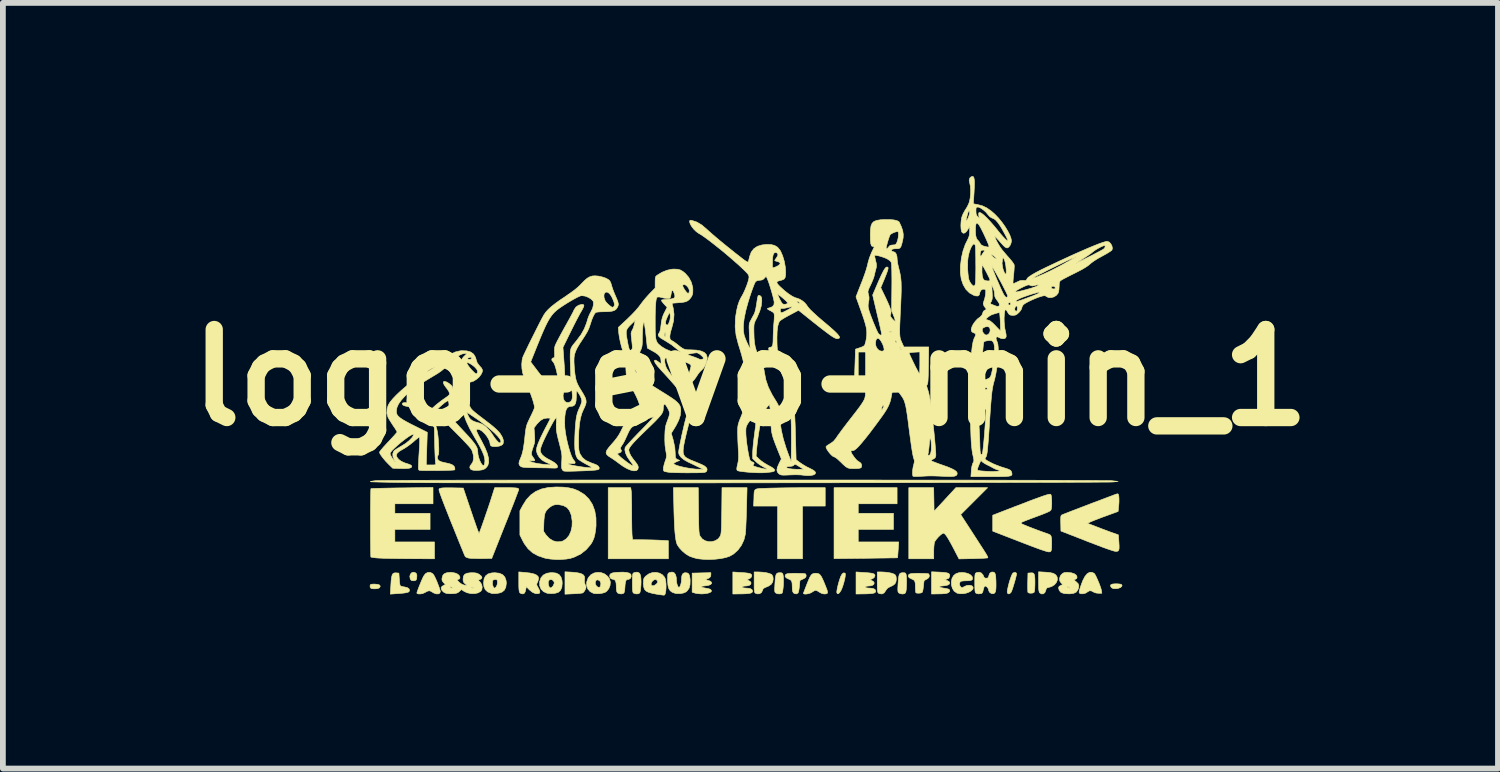
<source format=kicad_pcb>
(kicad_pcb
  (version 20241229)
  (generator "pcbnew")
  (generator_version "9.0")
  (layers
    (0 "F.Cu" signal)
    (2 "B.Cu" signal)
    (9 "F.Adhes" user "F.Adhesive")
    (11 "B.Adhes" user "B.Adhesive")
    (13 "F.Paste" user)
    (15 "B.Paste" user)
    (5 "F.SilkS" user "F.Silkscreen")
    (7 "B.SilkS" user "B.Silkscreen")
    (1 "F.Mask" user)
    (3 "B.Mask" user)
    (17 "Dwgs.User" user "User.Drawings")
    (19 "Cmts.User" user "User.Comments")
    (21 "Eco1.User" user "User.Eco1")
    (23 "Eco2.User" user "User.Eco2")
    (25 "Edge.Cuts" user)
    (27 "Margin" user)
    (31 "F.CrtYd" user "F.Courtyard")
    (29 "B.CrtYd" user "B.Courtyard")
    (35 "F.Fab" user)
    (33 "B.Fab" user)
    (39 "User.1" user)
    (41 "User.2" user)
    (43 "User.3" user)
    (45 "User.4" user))
  (footprint "logo-evo-min_1"
    (layer "F.Cu")
    (at 9.95 3.493)
    (property "Reference" "logo-evo-min_1" (at 0 0 0) (layer "F.SilkS") (effects (font (size 1.524 1.524) (thickness 0.3))))
    (attr smd)
    (fp_poly (pts (xy -6.457 3.58) (xy -6.424 3.592) (xy -6.413 3.612) (xy -6.425 3.637) (xy -6.448 3.65) (xy -6.486 3.656) (xy -6.528 3.657) (xy -6.564 3.652) (xy -6.577 3.646) (xy -6.588 3.627) (xy -6.589 3.605) (xy -6.585 3.588) (xy -6.573 3.579) (xy -6.548 3.576) (xy -6.51 3.575) (xy -6.457 3.58)) (stroke (width 0.01) (type solid)) (fill yes) (layer "F.SilkS"))
    (fp_poly (pts (xy -5.811 3.375) (xy -5.788 3.392) (xy -5.779 3.42) (xy -5.779 3.434) (xy -5.782 3.48) (xy -5.793 3.506) (xy -5.816 3.516) (xy -5.837 3.518) (xy -5.87 3.514) (xy -5.888 3.497) (xy -5.894 3.484) (xy -5.901 3.441) (xy -5.891 3.404) (xy -5.868 3.378) (xy -5.837 3.369) (xy -5.811 3.375)) (stroke (width 0.01) (type solid)) (fill yes) (layer "F.SilkS"))
    (fp_poly (pts (xy 6.363 3.571) (xy 6.405 3.575) (xy 6.428 3.583) (xy 6.437 3.597) (xy 6.437 3.598) (xy 6.429 3.619) (xy 6.404 3.637) (xy 6.367 3.65) (xy 6.326 3.655) (xy 6.287 3.653) (xy 6.258 3.64) (xy 6.256 3.638) (xy 6.236 3.609) (xy 6.24 3.589) (xy 6.268 3.575) (xy 6.318 3.57) (xy 6.363 3.571)) (stroke (width 0.01) (type solid)) (fill yes) (layer "F.SilkS"))
    (fp_poly (pts (xy -3.087 3.369) (xy -3.002 3.378) (xy -2.94 3.391) (xy -2.899 3.412) (xy -2.877 3.44) (xy -2.872 3.478) (xy -2.876 3.504) (xy -2.875 3.548) (xy -2.863 3.584) (xy -2.85 3.615) (xy -2.849 3.639) (xy -2.861 3.668) (xy -2.863 3.674) (xy -2.882 3.705) (xy -2.902 3.726) (xy -2.906 3.728) (xy -2.927 3.732) (xy -2.967 3.737) (xy -3.02 3.741) (xy -3.07 3.743) (xy -3.213 3.75) (xy -3.213 3.362) (xy -3.087 3.369)) (stroke (width 0.01) (type solid)) (fill yes) (layer "F.SilkS"))
    (fp_poly (pts (xy 1.636 3.385) (xy 1.641 3.388) (xy 1.644 3.407) (xy 1.641 3.444) (xy 1.632 3.493) (xy 1.618 3.548) (xy 1.601 3.604) (xy 1.583 3.654) (xy 1.57 3.683) (xy 1.545 3.722) (xy 1.523 3.742) (xy 1.505 3.741) (xy 1.496 3.723) (xy 1.496 3.7) (xy 1.503 3.658) (xy 1.514 3.606) (xy 1.529 3.549) (xy 1.546 3.494) (xy 1.562 3.448) (xy 1.566 3.438) (xy 1.588 3.4) (xy 1.613 3.381) (xy 1.636 3.385)) (stroke (width 0.01) (type solid)) (fill yes) (layer "F.SilkS"))
    (fp_poly (pts (xy 4.901 3.386) (xy 4.915 3.404) (xy 4.923 3.436) (xy 4.927 3.486) (xy 4.928 3.555) (xy 4.926 3.633) (xy 4.922 3.687) (xy 4.915 3.715) (xy 4.912 3.719) (xy 4.889 3.73) (xy 4.857 3.733) (xy 4.826 3.73) (xy 4.807 3.719) (xy 4.806 3.717) (xy 4.804 3.699) (xy 4.803 3.66) (xy 4.802 3.608) (xy 4.803 3.546) (xy 4.803 3.543) (xy 4.807 3.385) (xy 4.849 3.381) (xy 4.88 3.38) (xy 4.901 3.386)) (stroke (width 0.01) (type solid)) (fill yes) (layer "F.SilkS"))
    (fp_poly (pts (xy 1.295 2.223) (xy 0.902 2.223) (xy 0.902 3.137) (xy 0.47 3.137) (xy 0.47 2.223) (xy 0.054 2.223) (xy 0.06 2.099) (xy 0.061 2.04) (xy 0.063 1.995) (xy 0.068 1.964) (xy 0.08 1.942) (xy 0.101 1.929) (xy 0.135 1.921) (xy 0.186 1.918) (xy 0.255 1.916) (xy 0.333 1.913) (xy 0.42 1.911) (xy 0.526 1.909) (xy 0.642 1.907) (xy 0.762 1.906) (xy 0.878 1.905) (xy 0.943 1.905) (xy 1.295 1.905) (xy 1.295 2.223)) (stroke (width 0.01) (type solid)) (fill yes) (layer "F.SilkS"))
    (fp_poly (pts (xy -2.065 1.964) (xy -2.063 1.993) (xy -2.061 2.043) (xy -2.06 2.11) (xy -2.058 2.19) (xy -2.058 2.278) (xy -2.057 2.356) (xy -2.057 2.449) (xy -2.056 2.536) (xy -2.055 2.614) (xy -2.053 2.679) (xy -2.051 2.726) (xy -2.049 2.748) (xy -2.041 2.807) (xy -1.886 2.807) (xy -1.805 2.808) (xy -1.712 2.81) (xy -1.622 2.813) (xy -1.577 2.815) (xy -1.422 2.823) (xy -1.422 3.137) (xy -2.464 3.137) (xy -2.464 1.905) (xy -2.074 1.905) (xy -2.065 1.964)) (stroke (width 0.01) (type solid)) (fill yes) (layer "F.SilkS"))
    (fp_poly (pts (xy 2.54 2.184) (xy 1.867 2.184) (xy 1.867 2.349) (xy 2.477 2.349) (xy 2.477 2.629) (xy 1.867 2.629) (xy 1.867 2.845) (xy 2.568 2.845) (xy 2.559 2.981) (xy 2.555 3.037) (xy 2.552 3.082) (xy 2.549 3.111) (xy 2.548 3.119) (xy 2.536 3.12) (xy 2.5 3.121) (xy 2.444 3.121) (xy 2.371 3.123) (xy 2.283 3.124) (xy 2.182 3.125) (xy 2.072 3.127) (xy 1.997 3.128) (xy 1.448 3.134) (xy 1.448 1.905) (xy 2.54 1.905) (xy 2.54 2.184)) (stroke (width 0.01) (type solid)) (fill yes) (layer "F.SilkS"))
    (fp_poly (pts (xy 4.596 3.375) (xy 4.609 3.39) (xy 4.61 3.395) (xy 4.606 3.421) (xy 4.596 3.463) (xy 4.582 3.516) (xy 4.565 3.574) (xy 4.548 3.629) (xy 4.532 3.676) (xy 4.52 3.708) (xy 4.516 3.715) (xy 4.492 3.74) (xy 4.468 3.745) (xy 4.451 3.73) (xy 4.45 3.727) (xy 4.448 3.703) (xy 4.455 3.66) (xy 4.467 3.607) (xy 4.482 3.548) (xy 4.5 3.49) (xy 4.518 3.439) (xy 4.535 3.401) (xy 4.546 3.385) (xy 4.571 3.373) (xy 4.596 3.375)) (stroke (width 0.01) (type solid)) (fill yes) (layer "F.SilkS"))
    (fp_poly (pts (xy 5.114 3.369) (xy 5.189 3.376) (xy 5.243 3.388) (xy 5.28 3.408) (xy 5.304 3.435) (xy 5.314 3.458) (xy 5.317 3.502) (xy 5.3 3.547) (xy 5.266 3.587) (xy 5.218 3.617) (xy 5.171 3.631) (xy 5.139 3.64) (xy 5.123 3.658) (xy 5.117 3.682) (xy 5.1 3.722) (xy 5.073 3.744) (xy 5.04 3.745) (xy 5.011 3.727) (xy 5.003 3.714) (xy 4.997 3.691) (xy 4.993 3.656) (xy 4.992 3.604) (xy 4.991 3.534) (xy 4.991 3.362) (xy 5.114 3.369)) (stroke (width 0.01) (type solid)) (fill yes) (layer "F.SilkS"))
    (fp_poly (pts (xy 0.208 3.369) (xy 0.274 3.378) (xy 0.328 3.391) (xy 0.365 3.408) (xy 0.371 3.412) (xy 0.389 3.445) (xy 0.394 3.487) (xy 0.385 3.54) (xy 0.357 3.581) (xy 0.307 3.613) (xy 0.277 3.625) (xy 0.239 3.642) (xy 0.218 3.66) (xy 0.209 3.684) (xy 0.19 3.722) (xy 0.156 3.743) (xy 0.115 3.744) (xy 0.086 3.733) (xy 0.077 3.725) (xy 0.071 3.71) (xy 0.067 3.685) (xy 0.064 3.646) (xy 0.064 3.587) (xy 0.064 3.543) (xy 0.064 3.365) (xy 0.138 3.365) (xy 0.208 3.369)) (stroke (width 0.01) (type solid)) (fill yes) (layer "F.SilkS"))
    (fp_poly (pts (xy 0.54 3.38) (xy 0.556 3.39) (xy 0.565 3.415) (xy 0.566 3.423) (xy 0.571 3.465) (xy 0.572 3.517) (xy 0.571 3.575) (xy 0.567 3.632) (xy 0.561 3.682) (xy 0.554 3.718) (xy 0.546 3.734) (xy 0.509 3.745) (xy 0.466 3.742) (xy 0.439 3.729) (xy 0.428 3.72) (xy 0.422 3.706) (xy 0.42 3.682) (xy 0.42 3.644) (xy 0.423 3.587) (xy 0.424 3.569) (xy 0.429 3.496) (xy 0.435 3.444) (xy 0.444 3.41) (xy 0.458 3.39) (xy 0.477 3.381) (xy 0.505 3.378) (xy 0.508 3.378) (xy 0.54 3.38)) (stroke (width 0.01) (type solid)) (fill yes) (layer "F.SilkS"))
    (fp_poly (pts (xy -6.137 3.381) (xy -6.09 3.385) (xy -6.083 3.486) (xy -6.079 3.536) (xy -6.074 3.576) (xy -6.069 3.6) (xy -6.068 3.602) (xy -6.051 3.612) (xy -6.017 3.621) (xy -5.996 3.624) (xy -5.943 3.637) (xy -5.913 3.659) (xy -5.907 3.689) (xy -5.908 3.691) (xy -5.914 3.705) (xy -5.931 3.716) (xy -5.961 3.724) (xy -6.007 3.731) (xy -6.074 3.737) (xy -6.107 3.739) (xy -6.238 3.749) (xy -6.229 3.592) (xy -6.224 3.512) (xy -6.216 3.454) (xy -6.206 3.416) (xy -6.191 3.392) (xy -6.169 3.382) (xy -6.141 3.38) (xy -6.137 3.381)) (stroke (width 0.01) (type solid)) (fill yes) (layer "F.SilkS"))
    (fp_poly (pts (xy 2.342 3.369) (xy 2.407 3.378) (xy 2.462 3.391) (xy 2.499 3.408) (xy 2.504 3.412) (xy 2.522 3.442) (xy 2.527 3.485) (xy 2.522 3.53) (xy 2.505 3.567) (xy 2.504 3.569) (xy 2.478 3.591) (xy 2.44 3.612) (xy 2.425 3.618) (xy 2.379 3.642) (xy 2.351 3.675) (xy 2.347 3.682) (xy 2.316 3.727) (xy 2.279 3.746) (xy 2.237 3.741) (xy 2.219 3.733) (xy 2.21 3.725) (xy 2.204 3.71) (xy 2.2 3.685) (xy 2.198 3.646) (xy 2.197 3.587) (xy 2.197 3.543) (xy 2.197 3.365) (xy 2.272 3.365) (xy 2.342 3.369)) (stroke (width 0.01) (type solid)) (fill yes) (layer "F.SilkS"))
    (fp_poly (pts (xy -1.946 3.373) (xy -1.923 3.386) (xy -1.909 3.411) (xy -1.901 3.442) (xy -1.897 3.484) (xy -1.895 3.538) (xy -1.897 3.595) (xy -1.902 3.65) (xy -1.908 3.696) (xy -1.916 3.724) (xy -1.919 3.729) (xy -1.945 3.743) (xy -1.982 3.745) (xy -2.018 3.735) (xy -2.022 3.733) (xy -2.032 3.725) (xy -2.038 3.709) (xy -2.042 3.683) (xy -2.044 3.642) (xy -2.045 3.581) (xy -2.045 3.555) (xy -2.045 3.488) (xy -2.044 3.442) (xy -2.041 3.412) (xy -2.036 3.394) (xy -2.028 3.384) (xy -2.016 3.377) (xy -2.012 3.376) (xy -1.968 3.368) (xy -1.946 3.373)) (stroke (width 0.01) (type solid)) (fill yes) (layer "F.SilkS"))
    (fp_poly (pts (xy 2.674 3.38) (xy 2.69 3.39) (xy 2.698 3.415) (xy 2.699 3.422) (xy 2.702 3.453) (xy 2.704 3.502) (xy 2.704 3.56) (xy 2.703 3.594) (xy 2.7 3.658) (xy 2.694 3.702) (xy 2.684 3.728) (xy 2.667 3.741) (xy 2.641 3.746) (xy 2.628 3.746) (xy 2.593 3.74) (xy 2.572 3.729) (xy 2.562 3.72) (xy 2.556 3.706) (xy 2.553 3.682) (xy 2.553 3.644) (xy 2.556 3.587) (xy 2.557 3.569) (xy 2.563 3.496) (xy 2.569 3.444) (xy 2.578 3.41) (xy 2.591 3.39) (xy 2.611 3.381) (xy 2.638 3.378) (xy 2.641 3.378) (xy 2.674 3.38)) (stroke (width 0.01) (type solid)) (fill yes) (layer "F.SilkS"))
    (fp_poly (pts (xy 5.954 3.389) (xy 5.967 3.406) (xy 5.986 3.441) (xy 6.008 3.489) (xy 6.031 3.542) (xy 6.052 3.596) (xy 6.069 3.644) (xy 6.079 3.68) (xy 6.08 3.686) (xy 6.087 3.734) (xy 6.031 3.734) (xy 5.99 3.73) (xy 5.956 3.72) (xy 5.95 3.716) (xy 5.906 3.693) (xy 5.871 3.691) (xy 5.841 3.709) (xy 5.809 3.73) (xy 5.767 3.742) (xy 5.726 3.743) (xy 5.703 3.735) (xy 5.695 3.726) (xy 5.693 3.71) (xy 5.699 3.682) (xy 5.712 3.637) (xy 5.719 3.617) (xy 5.755 3.519) (xy 5.793 3.445) (xy 5.832 3.397) (xy 5.873 3.372) (xy 5.916 3.371) (xy 5.954 3.389)) (stroke (width 0.01) (type solid)) (fill yes) (layer "F.SilkS"))
    (fp_poly (pts (xy -5.507 3.393) (xy -5.488 3.415) (xy -5.472 3.443) (xy -5.451 3.487) (xy -5.428 3.54) (xy -5.407 3.595) (xy -5.388 3.645) (xy -5.376 3.685) (xy -5.372 3.705) (xy -5.382 3.732) (xy -5.408 3.745) (xy -5.446 3.744) (xy -5.489 3.728) (xy -5.512 3.714) (xy -5.541 3.697) (xy -5.564 3.691) (xy -5.591 3.696) (xy -5.628 3.715) (xy -5.652 3.728) (xy -5.683 3.74) (xy -5.72 3.746) (xy -5.753 3.745) (xy -5.774 3.738) (xy -5.779 3.73) (xy -5.774 3.711) (xy -5.761 3.674) (xy -5.743 3.626) (xy -5.721 3.572) (xy -5.699 3.518) (xy -5.678 3.471) (xy -5.662 3.438) (xy -5.63 3.395) (xy -5.59 3.373) (xy -5.547 3.372) (xy -5.507 3.393)) (stroke (width 0.01) (type solid)) (fill yes) (layer "F.SilkS"))
    (fp_poly (pts (xy -3.915 3.373) (xy -3.821 3.383) (xy -3.75 3.399) (xy -3.703 3.42) (xy -3.676 3.448) (xy -3.67 3.483) (xy -3.682 3.527) (xy -3.69 3.545) (xy -3.701 3.569) (xy -3.702 3.589) (xy -3.691 3.614) (xy -3.677 3.638) (xy -3.654 3.684) (xy -3.647 3.714) (xy -3.656 3.733) (xy -3.677 3.741) (xy -3.723 3.74) (xy -3.775 3.718) (xy -3.829 3.675) (xy -3.836 3.668) (xy -3.883 3.619) (xy -3.892 3.667) (xy -3.901 3.703) (xy -3.912 3.728) (xy -3.914 3.731) (xy -3.941 3.745) (xy -3.973 3.74) (xy -3.993 3.727) (xy -4.002 3.713) (xy -4.007 3.691) (xy -4.011 3.656) (xy -4.013 3.603) (xy -4.013 3.536) (xy -4.013 3.364) (xy -3.915 3.373)) (stroke (width 0.01) (type solid)) (fill yes) (layer "F.SilkS"))
    (fp_poly (pts (xy -2.14 3.374) (xy -2.094 3.387) (xy -2.071 3.408) (xy -2.07 3.41) (xy -2.066 3.446) (xy -2.079 3.476) (xy -2.105 3.492) (xy -2.113 3.493) (xy -2.138 3.496) (xy -2.155 3.511) (xy -2.165 3.54) (xy -2.172 3.588) (xy -2.174 3.623) (xy -2.179 3.682) (xy -2.187 3.718) (xy -2.197 3.734) (xy -2.233 3.745) (xy -2.273 3.742) (xy -2.304 3.727) (xy -2.317 3.702) (xy -2.323 3.659) (xy -2.324 3.624) (xy -2.327 3.561) (xy -2.338 3.52) (xy -2.357 3.498) (xy -2.379 3.493) (xy -2.416 3.482) (xy -2.436 3.454) (xy -2.438 3.434) (xy -2.434 3.409) (xy -2.416 3.392) (xy -2.383 3.38) (xy -2.33 3.373) (xy -2.297 3.371) (xy -2.208 3.368) (xy -2.14 3.374)) (stroke (width 0.01) (type solid)) (fill yes) (layer "F.SilkS"))
    (fp_poly (pts (xy -0.686 3.416) (xy -0.692 3.447) (xy -0.716 3.469) (xy -0.723 3.473) (xy -0.756 3.487) (xy -0.784 3.494) (xy -0.786 3.497) (xy -0.768 3.502) (xy -0.75 3.506) (xy -0.701 3.522) (xy -0.676 3.542) (xy -0.673 3.563) (xy -0.691 3.583) (xy -0.731 3.598) (xy -0.774 3.604) (xy -0.824 3.61) (xy -0.849 3.617) (xy -0.85 3.626) (xy -0.826 3.635) (xy -0.778 3.645) (xy -0.744 3.65) (xy -0.701 3.662) (xy -0.679 3.681) (xy -0.677 3.702) (xy -0.694 3.717) (xy -0.73 3.731) (xy -0.778 3.74) (xy -0.834 3.745) (xy -0.845 3.745) (xy -0.895 3.742) (xy -0.942 3.736) (xy -0.965 3.73) (xy -1.01 3.715) (xy -1.01 3.385) (xy -0.848 3.381) (xy -0.686 3.377) (xy -0.686 3.416)) (stroke (width 0.01) (type solid)) (fill yes) (layer "F.SilkS"))
    (fp_poly (pts (xy 0.846 3.39) (xy 0.898 3.391) (xy 0.935 3.394) (xy 0.952 3.397) (xy 0.952 3.397) (xy 0.963 3.415) (xy 0.965 3.434) (xy 0.958 3.456) (xy 0.934 3.476) (xy 0.911 3.487) (xy 0.857 3.512) (xy 0.848 3.611) (xy 0.842 3.661) (xy 0.834 3.702) (xy 0.826 3.726) (xy 0.824 3.729) (xy 0.797 3.745) (xy 0.764 3.74) (xy 0.744 3.727) (xy 0.731 3.703) (xy 0.725 3.661) (xy 0.724 3.622) (xy 0.722 3.566) (xy 0.715 3.53) (xy 0.7 3.507) (xy 0.673 3.492) (xy 0.66 3.487) (xy 0.62 3.467) (xy 0.601 3.443) (xy 0.604 3.418) (xy 0.611 3.409) (xy 0.625 3.4) (xy 0.648 3.394) (xy 0.684 3.391) (xy 0.739 3.389) (xy 0.786 3.389) (xy 0.846 3.39)) (stroke (width 0.01) (type solid)) (fill yes) (layer "F.SilkS"))
    (fp_poly (pts (xy 3.277 3.368) (xy 3.351 3.373) (xy 3.402 3.38) (xy 3.434 3.391) (xy 3.45 3.409) (xy 3.452 3.433) (xy 3.449 3.447) (xy 3.434 3.475) (xy 3.402 3.488) (xy 3.4 3.489) (xy 3.36 3.497) (xy 3.404 3.512) (xy 3.44 3.531) (xy 3.453 3.554) (xy 3.444 3.576) (xy 3.415 3.593) (xy 3.373 3.602) (xy 3.328 3.607) (xy 3.326 3.607) (xy 3.294 3.61) (xy 3.278 3.617) (xy 3.277 3.619) (xy 3.282 3.628) (xy 3.3 3.636) (xy 3.336 3.643) (xy 3.383 3.65) (xy 3.429 3.661) (xy 3.451 3.677) (xy 3.45 3.7) (xy 3.447 3.705) (xy 3.431 3.722) (xy 3.406 3.733) (xy 3.368 3.74) (xy 3.312 3.744) (xy 3.254 3.745) (xy 3.137 3.747) (xy 3.137 3.362) (xy 3.277 3.368)) (stroke (width 0.01) (type solid)) (fill yes) (layer "F.SilkS"))
    (fp_poly (pts (xy -2.584 3.377) (xy -2.525 3.4) (xy -2.474 3.44) (xy -2.442 3.485) (xy -2.427 3.539) (xy -2.432 3.598) (xy -2.454 3.654) (xy -2.49 3.699) (xy -2.52 3.719) (xy -2.563 3.732) (xy -2.619 3.74) (xy -2.676 3.741) (xy -2.721 3.735) (xy -2.723 3.734) (xy -2.778 3.705) (xy -2.817 3.66) (xy -2.837 3.604) (xy -2.837 3.541) (xy -2.836 3.538) (xy -2.688 3.538) (xy -2.687 3.57) (xy -2.674 3.599) (xy -2.654 3.621) (xy -2.63 3.632) (xy -2.609 3.627) (xy -2.599 3.612) (xy -2.591 3.568) (xy -2.602 3.53) (xy -2.618 3.513) (xy -2.65 3.5) (xy -2.675 3.511) (xy -2.688 3.538) (xy -2.836 3.538) (xy -2.815 3.477) (xy -2.806 3.461) (xy -2.764 3.413) (xy -2.709 3.383) (xy -2.648 3.371) (xy -2.584 3.377)) (stroke (width 0.01) (type solid)) (fill yes) (layer "F.SilkS"))
    (fp_poly (pts (xy -4.351 3.387) (xy -4.293 3.412) (xy -4.254 3.455) (xy -4.233 3.515) (xy -4.229 3.56) (xy -4.238 3.628) (xy -4.263 3.68) (xy -4.303 3.713) (xy -4.352 3.73) (xy -4.411 3.739) (xy -4.468 3.739) (xy -4.489 3.735) (xy -4.552 3.71) (xy -4.594 3.671) (xy -4.617 3.616) (xy -4.623 3.556) (xy -4.622 3.551) (xy -4.47 3.551) (xy -4.466 3.592) (xy -4.454 3.626) (xy -4.438 3.644) (xy -4.433 3.645) (xy -4.417 3.636) (xy -4.401 3.617) (xy -4.388 3.586) (xy -4.382 3.549) (xy -4.385 3.516) (xy -4.395 3.498) (xy -4.417 3.495) (xy -4.439 3.498) (xy -4.461 3.508) (xy -4.469 3.529) (xy -4.47 3.551) (xy -4.622 3.551) (xy -4.615 3.486) (xy -4.59 3.435) (xy -4.547 3.4) (xy -4.485 3.382) (xy -4.428 3.378) (xy -4.351 3.387)) (stroke (width 0.01) (type solid)) (fill yes) (layer "F.SilkS"))
    (fp_poly (pts (xy -3.368 3.384) (xy -3.316 3.409) (xy -3.282 3.453) (xy -3.264 3.515) (xy -3.261 3.561) (xy -3.268 3.632) (xy -3.291 3.684) (xy -3.328 3.717) (xy -3.329 3.718) (xy -3.383 3.734) (xy -3.449 3.74) (xy -3.512 3.735) (xy -3.524 3.733) (xy -3.584 3.706) (xy -3.627 3.663) (xy -3.65 3.606) (xy -3.652 3.539) (xy -3.652 3.534) (xy -3.503 3.534) (xy -3.502 3.577) (xy -3.492 3.613) (xy -3.475 3.639) (xy -3.453 3.64) (xy -3.428 3.619) (xy -3.413 3.595) (xy -3.4 3.563) (xy -3.4 3.541) (xy -3.409 3.525) (xy -3.436 3.499) (xy -3.468 3.496) (xy -3.487 3.506) (xy -3.503 3.534) (xy -3.652 3.534) (xy -3.651 3.531) (xy -3.629 3.466) (xy -3.589 3.419) (xy -3.53 3.388) (xy -3.454 3.376) (xy -3.438 3.376) (xy -3.368 3.384)) (stroke (width 0.01) (type solid)) (fill yes) (layer "F.SilkS"))
    (fp_poly (pts (xy -0.175 3.374) (xy -0.1 3.379) (xy -0.046 3.385) (xy -0.011 3.392) (xy 0.01 3.402) (xy 0.02 3.415) (xy 0.023 3.425) (xy 0.016 3.453) (xy -0.009 3.477) (xy -0.043 3.492) (xy -0.057 3.493) (xy -0.066 3.497) (xy -0.051 3.506) (xy -0.038 3.51) (xy -0.002 3.531) (xy 0.011 3.555) (xy 0.004 3.579) (xy -0.022 3.598) (xy -0.066 3.607) (xy -0.075 3.607) (xy -0.113 3.61) (xy -0.138 3.618) (xy -0.145 3.627) (xy -0.133 3.637) (xy -0.108 3.642) (xy -0.07 3.645) (xy -0.059 3.645) (xy -0.009 3.651) (xy 0.024 3.668) (xy 0.037 3.693) (xy 0.036 3.703) (xy 0.028 3.718) (xy 0.009 3.73) (xy -0.024 3.737) (xy -0.075 3.742) (xy -0.147 3.745) (xy -0.175 3.745) (xy -0.305 3.747) (xy -0.305 3.365) (xy -0.175 3.374)) (stroke (width 0.01) (type solid)) (fill yes) (layer "F.SilkS"))
    (fp_poly (pts (xy 1.959 3.374) (xy 2.034 3.379) (xy 2.087 3.385) (xy 2.122 3.392) (xy 2.143 3.402) (xy 2.154 3.415) (xy 2.157 3.425) (xy 2.149 3.453) (xy 2.124 3.477) (xy 2.09 3.492) (xy 2.077 3.493) (xy 2.067 3.497) (xy 2.083 3.506) (xy 2.095 3.51) (xy 2.131 3.531) (xy 2.144 3.555) (xy 2.137 3.579) (xy 2.111 3.598) (xy 2.068 3.607) (xy 2.058 3.607) (xy 2.021 3.61) (xy 1.996 3.618) (xy 1.988 3.627) (xy 2 3.637) (xy 2.026 3.642) (xy 2.064 3.645) (xy 2.075 3.645) (xy 2.125 3.651) (xy 2.158 3.668) (xy 2.17 3.693) (xy 2.17 3.703) (xy 2.162 3.718) (xy 2.143 3.73) (xy 2.11 3.737) (xy 2.059 3.742) (xy 1.987 3.745) (xy 1.959 3.745) (xy 1.829 3.747) (xy 1.829 3.365) (xy 1.959 3.374)) (stroke (width 0.01) (type solid)) (fill yes) (layer "F.SilkS"))
    (fp_poly (pts (xy 1.161 3.39) (xy 1.186 3.398) (xy 1.208 3.417) (xy 1.23 3.448) (xy 1.254 3.497) (xy 1.283 3.565) (xy 1.289 3.58) (xy 1.315 3.645) (xy 1.331 3.691) (xy 1.335 3.72) (xy 1.329 3.737) (xy 1.311 3.744) (xy 1.282 3.746) (xy 1.276 3.746) (xy 1.239 3.739) (xy 1.2 3.719) (xy 1.194 3.715) (xy 1.162 3.695) (xy 1.136 3.684) (xy 1.13 3.683) (xy 1.108 3.69) (xy 1.076 3.708) (xy 1.067 3.715) (xy 1.036 3.731) (xy 1 3.742) (xy 0.963 3.748) (xy 0.934 3.747) (xy 0.918 3.739) (xy 0.918 3.731) (xy 0.925 3.713) (xy 0.939 3.677) (xy 0.958 3.628) (xy 0.977 3.579) (xy 1.006 3.507) (xy 1.029 3.455) (xy 1.05 3.421) (xy 1.071 3.401) (xy 1.094 3.391) (xy 1.122 3.388) (xy 1.129 3.387) (xy 1.161 3.39)) (stroke (width 0.01) (type solid)) (fill yes) (layer "F.SilkS"))
    (fp_poly (pts (xy 3.724 3.38) (xy 3.776 3.395) (xy 3.818 3.42) (xy 3.843 3.45) (xy 3.848 3.474) (xy 3.844 3.495) (xy 3.828 3.508) (xy 3.798 3.515) (xy 3.747 3.518) (xy 3.729 3.518) (xy 3.684 3.52) (xy 3.649 3.526) (xy 3.635 3.533) (xy 3.621 3.563) (xy 3.625 3.598) (xy 3.642 3.623) (xy 3.659 3.636) (xy 3.676 3.635) (xy 3.702 3.619) (xy 3.743 3.601) (xy 3.787 3.595) (xy 3.826 3.6) (xy 3.848 3.614) (xy 3.859 3.641) (xy 3.848 3.669) (xy 3.821 3.694) (xy 3.781 3.716) (xy 3.733 3.733) (xy 3.68 3.742) (xy 3.628 3.742) (xy 3.581 3.732) (xy 3.572 3.728) (xy 3.528 3.696) (xy 3.498 3.648) (xy 3.482 3.592) (xy 3.48 3.532) (xy 3.492 3.475) (xy 3.519 3.428) (xy 3.558 3.396) (xy 3.61 3.378) (xy 3.667 3.373) (xy 3.724 3.38)) (stroke (width 0.01) (type solid)) (fill yes) (layer "F.SilkS"))
    (fp_poly (pts (xy -1.323 3.378) (xy -1.298 3.411) (xy -1.284 3.465) (xy -1.283 3.498) (xy -1.279 3.548) (xy -1.268 3.591) (xy -1.254 3.621) (xy -1.238 3.632) (xy -1.223 3.621) (xy -1.21 3.59) (xy -1.199 3.548) (xy -1.194 3.501) (xy -1.194 3.49) (xy -1.189 3.433) (xy -1.174 3.398) (xy -1.147 3.381) (xy -1.126 3.378) (xy -1.092 3.383) (xy -1.069 3.399) (xy -1.055 3.43) (xy -1.047 3.481) (xy -1.045 3.509) (xy -1.047 3.586) (xy -1.063 3.646) (xy -1.096 3.692) (xy -1.118 3.711) (xy -1.159 3.729) (xy -1.213 3.74) (xy -1.271 3.74) (xy -1.305 3.735) (xy -1.355 3.717) (xy -1.391 3.69) (xy -1.415 3.651) (xy -1.429 3.595) (xy -1.435 3.52) (xy -1.435 3.489) (xy -1.434 3.439) (xy -1.432 3.408) (xy -1.425 3.391) (xy -1.413 3.38) (xy -1.404 3.376) (xy -1.359 3.366) (xy -1.323 3.378)) (stroke (width 0.01) (type solid)) (fill yes) (layer "F.SilkS"))
    (fp_poly (pts (xy 2.98 3.39) (xy 3.032 3.391) (xy 3.069 3.394) (xy 3.086 3.397) (xy 3.086 3.397) (xy 3.096 3.415) (xy 3.099 3.436) (xy 3.089 3.464) (xy 3.059 3.487) (xy 3.058 3.487) (xy 3.029 3.503) (xy 3.011 3.513) (xy 3.01 3.514) (xy 3.006 3.528) (xy 3.002 3.561) (xy 2.997 3.607) (xy 2.996 3.615) (xy 2.989 3.673) (xy 2.979 3.71) (xy 2.971 3.722) (xy 2.946 3.73) (xy 2.911 3.733) (xy 2.88 3.731) (xy 2.866 3.725) (xy 2.862 3.709) (xy 2.859 3.675) (xy 2.857 3.63) (xy 2.857 3.627) (xy 2.856 3.57) (xy 2.849 3.533) (xy 2.835 3.509) (xy 2.811 3.494) (xy 2.793 3.487) (xy 2.753 3.467) (xy 2.734 3.443) (xy 2.738 3.418) (xy 2.745 3.409) (xy 2.759 3.4) (xy 2.782 3.394) (xy 2.818 3.391) (xy 2.873 3.389) (xy 2.919 3.389) (xy 2.98 3.39)) (stroke (width 0.01) (type solid)) (fill yes) (layer "F.SilkS"))
    (fp_poly (pts (xy -1.577 3.385) (xy -1.526 3.413) (xy -1.489 3.455) (xy -1.477 3.48) (xy -1.468 3.522) (xy -1.463 3.573) (xy -1.462 3.628) (xy -1.465 3.681) (xy -1.472 3.726) (xy -1.482 3.756) (xy -1.493 3.766) (xy -1.51 3.766) (xy -1.546 3.762) (xy -1.593 3.755) (xy -1.608 3.753) (xy -1.694 3.737) (xy -1.758 3.72) (xy -1.803 3.699) (xy -1.832 3.671) (xy -1.847 3.633) (xy -1.854 3.584) (xy -1.854 3.566) (xy -1.721 3.566) (xy -1.718 3.591) (xy -1.7 3.604) (xy -1.672 3.602) (xy -1.639 3.582) (xy -1.631 3.575) (xy -1.61 3.551) (xy -1.608 3.531) (xy -1.613 3.517) (xy -1.635 3.497) (xy -1.664 3.498) (xy -1.695 3.52) (xy -1.704 3.531) (xy -1.721 3.566) (xy -1.854 3.566) (xy -1.854 3.559) (xy -1.853 3.513) (xy -1.848 3.483) (xy -1.835 3.46) (xy -1.812 3.435) (xy -1.759 3.397) (xy -1.699 3.376) (xy -1.637 3.372) (xy -1.577 3.385)) (stroke (width 0.01) (type solid)) (fill yes) (layer "F.SilkS"))
    (fp_poly (pts (xy 3.181 2.313) (xy 3.37 2.109) (xy 3.558 1.905) (xy 4.108 1.905) (xy 3.875 2.138) (xy 3.642 2.371) (xy 3.864 2.713) (xy 3.93 2.815) (xy 3.984 2.899) (xy 4.027 2.965) (xy 4.059 3.016) (xy 4.083 3.054) (xy 4.098 3.081) (xy 4.108 3.1) (xy 4.112 3.111) (xy 4.112 3.118) (xy 4.11 3.121) (xy 4.095 3.123) (xy 4.06 3.126) (xy 4.007 3.129) (xy 3.94 3.131) (xy 3.865 3.134) (xy 3.858 3.134) (xy 3.613 3.139) (xy 3.532 2.983) (xy 3.481 2.886) (xy 3.439 2.811) (xy 3.405 2.755) (xy 3.378 2.718) (xy 3.357 2.698) (xy 3.343 2.692) (xy 3.321 2.702) (xy 3.29 2.726) (xy 3.255 2.759) (xy 3.223 2.796) (xy 3.198 2.831) (xy 3.188 2.849) (xy 3.183 2.877) (xy 3.178 2.923) (xy 3.175 2.979) (xy 3.175 3.011) (xy 3.175 3.137) (xy 2.743 3.137) (xy 2.743 1.905) (xy 3.174 1.905) (xy 3.181 2.313)) (stroke (width 0.01) (type solid)) (fill yes) (layer "F.SilkS"))
    (fp_poly (pts (xy -5.499 2.184) (xy -6.16 2.184) (xy -6.16 2.349) (xy -5.55 2.349) (xy -5.55 2.629) (xy -6.16 2.629) (xy -6.16 2.845) (xy -5.474 2.845) (xy -5.474 3.137) (xy -5.883 3.135) (xy -5.99 3.134) (xy -6.096 3.133) (xy -6.196 3.131) (xy -6.285 3.13) (xy -6.36 3.128) (xy -6.415 3.125) (xy -6.429 3.125) (xy -6.486 3.121) (xy -6.533 3.115) (xy -6.564 3.11) (xy -6.575 3.107) (xy -6.577 3.093) (xy -6.578 3.056) (xy -6.579 3.001) (xy -6.58 2.929) (xy -6.581 2.844) (xy -6.582 2.749) (xy -6.582 2.647) (xy -6.582 2.541) (xy -6.582 2.435) (xy -6.582 2.331) (xy -6.581 2.232) (xy -6.58 2.142) (xy -6.579 2.063) (xy -6.578 1.998) (xy -6.577 1.952) (xy -6.575 1.926) (xy -6.574 1.922) (xy -6.561 1.92) (xy -6.524 1.919) (xy -6.468 1.917) (xy -6.394 1.915) (xy -6.306 1.913) (xy -6.205 1.911) (xy -6.095 1.909) (xy -6.034 1.909) (xy -5.499 1.901) (xy -5.499 2.184)) (stroke (width 0.01) (type solid)) (fill yes) (layer "F.SilkS"))
    (fp_poly (pts (xy 5.498 3.373) (xy 5.561 3.38) (xy 5.612 3.397) (xy 5.645 3.422) (xy 5.658 3.453) (xy 5.658 3.455) (xy 5.649 3.481) (xy 5.627 3.492) (xy 5.61 3.497) (xy 5.608 3.505) (xy 5.623 3.519) (xy 5.643 3.535) (xy 5.677 3.568) (xy 5.689 3.605) (xy 5.681 3.65) (xy 5.669 3.678) (xy 5.643 3.714) (xy 5.603 3.733) (xy 5.603 3.734) (xy 5.53 3.744) (xy 5.454 3.741) (xy 5.415 3.733) (xy 5.374 3.715) (xy 5.35 3.685) (xy 5.34 3.655) (xy 5.338 3.63) (xy 5.342 3.625) (xy 5.49 3.625) (xy 5.499 3.632) (xy 5.522 3.643) (xy 5.531 3.645) (xy 5.533 3.639) (xy 5.524 3.632) (xy 5.501 3.621) (xy 5.493 3.62) (xy 5.49 3.625) (xy 5.342 3.625) (xy 5.35 3.613) (xy 5.372 3.601) (xy 5.411 3.58) (xy 5.383 3.557) (xy 5.359 3.523) (xy 5.354 3.48) (xy 5.367 3.435) (xy 5.389 3.407) (xy 5.412 3.387) (xy 5.438 3.376) (xy 5.474 3.373) (xy 5.498 3.373)) (stroke (width 0.01) (type solid)) (fill yes) (layer "F.SilkS"))
    (fp_poly (pts (xy 4.215 3.369) (xy 4.232 3.381) (xy 4.242 3.406) (xy 4.249 3.448) (xy 4.252 3.511) (xy 4.253 3.518) (xy 4.254 3.599) (xy 4.252 3.658) (xy 4.246 3.699) (xy 4.235 3.724) (xy 4.219 3.738) (xy 4.209 3.742) (xy 4.175 3.739) (xy 4.145 3.72) (xy 4.128 3.691) (xy 4.128 3.682) (xy 4.119 3.654) (xy 4.1 3.628) (xy 4.077 3.611) (xy 4.061 3.61) (xy 4.047 3.627) (xy 4.036 3.662) (xy 4.033 3.674) (xy 4.024 3.713) (xy 4.01 3.733) (xy 3.997 3.739) (xy 3.951 3.745) (xy 3.915 3.736) (xy 3.908 3.733) (xy 3.899 3.725) (xy 3.893 3.709) (xy 3.889 3.683) (xy 3.887 3.642) (xy 3.886 3.581) (xy 3.886 3.555) (xy 3.886 3.488) (xy 3.887 3.441) (xy 3.89 3.412) (xy 3.895 3.394) (xy 3.903 3.384) (xy 3.915 3.377) (xy 3.917 3.376) (xy 3.961 3.369) (xy 4 3.383) (xy 4.029 3.417) (xy 4.034 3.43) (xy 4.048 3.46) (xy 4.067 3.472) (xy 4.084 3.473) (xy 4.11 3.47) (xy 4.123 3.453) (xy 4.129 3.431) (xy 4.145 3.388) (xy 4.173 3.368) (xy 4.191 3.366) (xy 4.215 3.369)) (stroke (width 0.01) (type solid)) (fill yes) (layer "F.SilkS"))
    (fp_poly (pts (xy 6.374 2.022) (xy 6.38 2.051) (xy 6.382 2.06) (xy 6.384 2.1) (xy 6.384 2.154) (xy 6.38 2.211) (xy 6.379 2.216) (xy 6.369 2.317) (xy 6.166 2.391) (xy 6.094 2.417) (xy 6.024 2.444) (xy 5.964 2.467) (xy 5.919 2.485) (xy 5.9 2.493) (xy 5.837 2.522) (xy 5.989 2.58) (xy 6.061 2.608) (xy 6.138 2.637) (xy 6.21 2.664) (xy 6.257 2.681) (xy 6.373 2.722) (xy 6.382 2.84) (xy 6.386 2.909) (xy 6.386 2.956) (xy 6.38 2.986) (xy 6.367 3.002) (xy 6.346 3.009) (xy 6.327 3.009) (xy 6.302 3.004) (xy 6.256 2.99) (xy 6.19 2.968) (xy 6.106 2.938) (xy 6.007 2.9) (xy 5.893 2.857) (xy 5.829 2.832) (xy 5.378 2.656) (xy 5.375 2.522) (xy 5.374 2.462) (xy 5.375 2.422) (xy 5.378 2.397) (xy 5.385 2.384) (xy 5.394 2.377) (xy 5.41 2.37) (xy 5.448 2.355) (xy 5.502 2.334) (xy 5.571 2.307) (xy 5.65 2.277) (xy 5.738 2.243) (xy 5.83 2.208) (xy 5.923 2.172) (xy 6.015 2.138) (xy 6.101 2.105) (xy 6.18 2.075) (xy 6.247 2.05) (xy 6.299 2.03) (xy 6.334 2.018) (xy 6.346 2.014) (xy 6.364 2.011) (xy 6.374 2.022)) (stroke (width 0.01) (type solid)) (fill yes) (layer "F.SilkS"))
    (fp_poly (pts (xy 5.201 2.02) (xy 5.203 2.022) (xy 5.21 2.04) (xy 5.215 2.076) (xy 5.218 2.125) (xy 5.219 2.177) (xy 5.217 2.228) (xy 5.212 2.27) (xy 5.209 2.284) (xy 5.203 2.295) (xy 5.19 2.307) (xy 5.168 2.32) (xy 5.132 2.336) (xy 5.081 2.357) (xy 5.011 2.384) (xy 4.935 2.412) (xy 4.849 2.444) (xy 4.784 2.469) (xy 4.738 2.487) (xy 4.708 2.5) (xy 4.692 2.51) (xy 4.687 2.518) (xy 4.691 2.524) (xy 4.7 2.531) (xy 4.723 2.542) (xy 4.766 2.56) (xy 4.825 2.584) (xy 4.895 2.611) (xy 4.974 2.641) (xy 5.056 2.671) (xy 5.138 2.7) (xy 5.14 2.7) (xy 5.178 2.715) (xy 5.199 2.729) (xy 5.209 2.75) (xy 5.214 2.775) (xy 5.217 2.814) (xy 5.218 2.866) (xy 5.217 2.921) (xy 5.215 2.967) (xy 5.209 2.997) (xy 5.196 3.014) (xy 5.172 3.018) (xy 5.134 3.011) (xy 5.078 2.993) (xy 5.036 2.979) (xy 4.99 2.963) (xy 4.926 2.939) (xy 4.846 2.909) (xy 4.757 2.875) (xy 4.661 2.838) (xy 4.564 2.8) (xy 4.553 2.796) (xy 4.197 2.658) (xy 4.197 2.382) (xy 4.578 2.234) (xy 4.716 2.182) (xy 4.831 2.137) (xy 4.927 2.101) (xy 5.005 2.073) (xy 5.066 2.051) (xy 5.114 2.035) (xy 5.149 2.025) (xy 5.174 2.019) (xy 5.191 2.018) (xy 5.201 2.02)) (stroke (width 0.01) (type solid)) (fill yes) (layer "F.SilkS"))
    (fp_poly (pts (xy -0.9 2.302) (xy -0.898 2.415) (xy -0.897 2.506) (xy -0.895 2.577) (xy -0.893 2.631) (xy -0.89 2.672) (xy -0.886 2.701) (xy -0.881 2.723) (xy -0.875 2.739) (xy -0.873 2.744) (xy -0.836 2.792) (xy -0.786 2.824) (xy -0.727 2.839) (xy -0.666 2.839) (xy -0.608 2.823) (xy -0.558 2.79) (xy -0.525 2.746) (xy -0.518 2.73) (xy -0.513 2.711) (xy -0.509 2.686) (xy -0.506 2.652) (xy -0.503 2.605) (xy -0.501 2.543) (xy -0.5 2.464) (xy -0.498 2.363) (xy -0.497 2.302) (xy -0.493 1.905) (xy -0.059 1.905) (xy -0.068 2.264) (xy -0.071 2.362) (xy -0.074 2.456) (xy -0.078 2.542) (xy -0.081 2.616) (xy -0.085 2.673) (xy -0.088 2.709) (xy -0.088 2.709) (xy -0.113 2.81) (xy -0.157 2.904) (xy -0.218 2.987) (xy -0.293 3.054) (xy -0.359 3.092) (xy -0.427 3.115) (xy -0.513 3.133) (xy -0.611 3.144) (xy -0.713 3.149) (xy -0.813 3.146) (xy -0.903 3.137) (xy -0.935 3.131) (xy -0.988 3.116) (xy -1.04 3.098) (xy -1.067 3.086) (xy -1.124 3.05) (xy -1.181 3.002) (xy -1.23 2.949) (xy -1.265 2.898) (xy -1.269 2.891) (xy -1.281 2.858) (xy -1.291 2.813) (xy -1.3 2.753) (xy -1.308 2.677) (xy -1.315 2.582) (xy -1.32 2.467) (xy -1.325 2.33) (xy -1.327 2.232) (xy -1.335 1.905) (xy -0.904 1.905) (xy -0.9 2.302)) (stroke (width 0.01) (type solid)) (fill yes) (layer "F.SilkS"))
    (fp_poly (pts (xy -4.16 1.905) (xy -4.099 1.907) (xy -4.057 1.91) (xy -4.031 1.915) (xy -4.018 1.923) (xy -4.013 1.934) (xy -4.013 1.936) (xy -4.018 1.951) (xy -4.031 1.986) (xy -4.052 2.041) (xy -4.079 2.113) (xy -4.112 2.198) (xy -4.151 2.296) (xy -4.193 2.404) (xy -4.239 2.519) (xy -4.248 2.541) (xy -4.482 3.131) (xy -4.657 3.132) (xy -4.726 3.132) (xy -4.79 3.131) (xy -4.843 3.129) (xy -4.877 3.125) (xy -4.881 3.125) (xy -4.916 3.114) (xy -4.939 3.101) (xy -4.941 3.097) (xy -4.949 3.081) (xy -4.966 3.042) (xy -4.989 2.985) (xy -5.02 2.91) (xy -5.056 2.821) (xy -5.097 2.719) (xy -5.142 2.607) (xy -5.191 2.487) (xy -5.241 2.36) (xy -5.289 2.24) (xy -5.318 2.164) (xy -5.345 2.094) (xy -5.367 2.034) (xy -5.383 1.988) (xy -5.392 1.961) (xy -5.393 1.959) (xy -5.396 1.932) (xy -5.386 1.919) (xy -5.358 1.912) (xy -5.329 1.909) (xy -5.281 1.907) (xy -5.221 1.907) (xy -5.154 1.907) (xy -5.145 1.908) (xy -4.975 1.911) (xy -4.857 2.261) (xy -4.826 2.352) (xy -4.797 2.438) (xy -4.77 2.514) (xy -4.748 2.578) (xy -4.731 2.625) (xy -4.721 2.652) (xy -4.72 2.654) (xy -4.701 2.699) (xy -4.689 2.667) (xy -4.667 2.609) (xy -4.64 2.533) (xy -4.609 2.445) (xy -4.577 2.351) (xy -4.545 2.258) (xy -4.516 2.172) (xy -4.492 2.098) (xy -4.484 2.073) (xy -4.431 1.905) (xy -4.242 1.905) (xy -4.16 1.905)) (stroke (width 0.01) (type solid)) (fill yes) (layer "F.SilkS"))
    (fp_poly (pts (xy -3.239 1.896) (xy -3.144 1.908) (xy -3.06 1.928) (xy -2.983 1.959) (xy -2.976 1.963) (xy -2.878 2.023) (xy -2.799 2.101) (xy -2.738 2.195) (xy -2.697 2.304) (xy -2.676 2.427) (xy -2.675 2.564) (xy -2.68 2.618) (xy -2.693 2.706) (xy -2.711 2.777) (xy -2.737 2.838) (xy -2.767 2.887) (xy -2.846 2.979) (xy -2.941 3.054) (xy -3.053 3.108) (xy -3.121 3.13) (xy -3.194 3.142) (xy -3.282 3.148) (xy -3.377 3.148) (xy -3.469 3.141) (xy -3.549 3.128) (xy -3.564 3.124) (xy -3.679 3.085) (xy -3.774 3.033) (xy -3.852 2.963) (xy -3.917 2.875) (xy -3.947 2.82) (xy -3.994 2.725) (xy -3.994 2.661) (xy -3.584 2.661) (xy -3.541 2.724) (xy -3.486 2.784) (xy -3.422 2.824) (xy -3.353 2.843) (xy -3.282 2.839) (xy -3.247 2.828) (xy -3.189 2.79) (xy -3.143 2.734) (xy -3.11 2.662) (xy -3.091 2.579) (xy -3.088 2.488) (xy -3.101 2.395) (xy -3.107 2.372) (xy -3.136 2.3) (xy -3.178 2.249) (xy -3.235 2.218) (xy -3.256 2.211) (xy -3.328 2.198) (xy -3.385 2.199) (xy -3.434 2.216) (xy -3.469 2.239) (xy -3.51 2.273) (xy -3.539 2.308) (xy -3.559 2.348) (xy -3.57 2.399) (xy -3.577 2.466) (xy -3.579 2.514) (xy -3.584 2.661) (xy -3.994 2.661) (xy -3.994 2.305) (xy -3.945 2.214) (xy -3.881 2.112) (xy -3.807 2.032) (xy -3.721 1.971) (xy -3.621 1.928) (xy -3.504 1.902) (xy -3.369 1.893) (xy -3.353 1.893) (xy -3.239 1.896)) (stroke (width 0.01) (type solid)) (fill yes) (layer "F.SilkS"))
    (fp_poly (pts (xy -5.117 3.383) (xy -5.078 3.399) (xy -5.05 3.421) (xy -5.034 3.448) (xy -5.033 3.473) (xy -5.046 3.489) (xy -5.062 3.493) (xy -5.078 3.498) (xy -5.073 3.516) (xy -5.045 3.544) (xy -5.033 3.555) (xy -4.99 3.583) (xy -4.951 3.594) (xy -4.948 3.594) (xy -4.911 3.594) (xy -4.945 3.568) (xy -4.968 3.544) (xy -4.977 3.514) (xy -4.978 3.486) (xy -4.972 3.439) (xy -4.95 3.406) (xy -4.911 3.387) (xy -4.851 3.379) (xy -4.826 3.378) (xy -4.773 3.38) (xy -4.734 3.388) (xy -4.703 3.404) (xy -4.698 3.407) (xy -4.662 3.437) (xy -4.651 3.463) (xy -4.664 3.484) (xy -4.681 3.493) (xy -4.716 3.506) (xy -4.682 3.541) (xy -4.657 3.581) (xy -4.647 3.627) (xy -4.653 3.671) (xy -4.672 3.7) (xy -4.718 3.727) (xy -4.778 3.74) (xy -4.844 3.739) (xy -4.909 3.725) (xy -4.962 3.7) (xy -5.007 3.669) (xy -5.043 3.703) (xy -5.068 3.723) (xy -5.098 3.734) (xy -5.142 3.74) (xy -5.158 3.741) (xy -5.208 3.742) (xy -5.254 3.738) (xy -5.279 3.733) (xy -5.32 3.711) (xy -5.349 3.678) (xy -5.359 3.642) (xy -5.35 3.623) (xy -5.203 3.623) (xy -5.201 3.632) (xy -5.183 3.643) (xy -5.171 3.645) (xy -5.157 3.643) (xy -5.166 3.634) (xy -5.169 3.632) (xy -5.181 3.626) (xy -4.833 3.626) (xy -4.832 3.632) (xy -4.819 3.643) (xy -4.804 3.645) (xy -4.801 3.64) (xy -4.811 3.632) (xy -4.82 3.627) (xy -4.833 3.626) (xy -5.181 3.626) (xy -5.192 3.621) (xy -5.203 3.623) (xy -5.35 3.623) (xy -5.349 3.622) (xy -5.324 3.602) (xy -5.322 3.601) (xy -5.284 3.581) (xy -5.317 3.549) (xy -5.339 3.52) (xy -5.345 3.49) (xy -5.342 3.471) (xy -5.33 3.426) (xy -5.306 3.398) (xy -5.265 3.38) (xy -5.256 3.378) (xy -5.188 3.371) (xy -5.117 3.383)) (stroke (width 0.01) (type solid)) (fill yes) (layer "F.SilkS"))
    (fp_poly (pts (xy -0.086 1.772) (xy 0.264 1.772) (xy 0.613 1.772) (xy 0.96 1.772) (xy 1.305 1.772) (xy 1.645 1.772) (xy 1.981 1.772) (xy 2.311 1.773) (xy 2.634 1.773) (xy 2.95 1.773) (xy 3.257 1.774) (xy 3.554 1.774) (xy 3.841 1.774) (xy 4.117 1.775) (xy 4.381 1.775) (xy 4.631 1.776) (xy 4.867 1.776) (xy 5.088 1.777) (xy 5.292 1.777) (xy 5.48 1.778) (xy 5.65 1.779) (xy 5.801 1.779) (xy 5.932 1.78) (xy 6.042 1.781) (xy 6.13 1.781) (xy 6.196 1.782) (xy 6.238 1.783) (xy 6.255 1.784) (xy 6.369 1.796) (xy 6.287 1.806) (xy 6.268 1.807) (xy 6.226 1.808) (xy 6.159 1.809) (xy 6.071 1.809) (xy 5.96 1.81) (xy 5.83 1.811) (xy 5.679 1.811) (xy 5.51 1.812) (xy 5.323 1.813) (xy 5.119 1.813) (xy 4.899 1.814) (xy 4.665 1.814) (xy 4.416 1.815) (xy 4.155 1.816) (xy 3.882 1.816) (xy 3.597 1.817) (xy 3.303 1.817) (xy 2.999 1.818) (xy 2.688 1.818) (xy 2.369 1.819) (xy 2.043 1.819) (xy 1.713 1.819) (xy 1.378 1.82) (xy 1.039 1.82) (xy 0.699 1.82) (xy 0.357 1.821) (xy 0.014 1.821) (xy -0.328 1.821) (xy -0.669 1.822) (xy -1.008 1.822) (xy -1.343 1.822) (xy -1.674 1.822) (xy -2 1.822) (xy -2.319 1.822) (xy -2.632 1.822) (xy -2.936 1.822) (xy -3.231 1.822) (xy -3.516 1.822) (xy -3.791 1.822) (xy -4.053 1.822) (xy -4.302 1.822) (xy -4.538 1.821) (xy -4.759 1.821) (xy -4.964 1.821) (xy -5.152 1.82) (xy -5.323 1.82) (xy -5.475 1.819) (xy -5.608 1.819) (xy -5.719 1.818) (xy -5.81 1.818) (xy -5.863 1.817) (xy -5.995 1.816) (xy -6.12 1.814) (xy -6.235 1.812) (xy -6.337 1.81) (xy -6.425 1.808) (xy -6.496 1.806) (xy -6.547 1.804) (xy -6.578 1.803) (xy -6.585 1.801) (xy -6.577 1.797) (xy -6.549 1.791) (xy -6.506 1.785) (xy -6.481 1.782) (xy -6.46 1.782) (xy -6.414 1.781) (xy -6.345 1.78) (xy -6.253 1.779) (xy -6.139 1.779) (xy -6.005 1.778) (xy -5.851 1.777) (xy -5.679 1.777) (xy -5.488 1.776) (xy -5.281 1.776) (xy -5.058 1.775) (xy -4.82 1.775) (xy -4.567 1.774) (xy -4.302 1.774) (xy -4.024 1.773) (xy -3.735 1.773) (xy -3.436 1.773) (xy -3.128 1.773) (xy -2.811 1.772) (xy -2.487 1.772) (xy -2.156 1.772) (xy -1.819 1.772) (xy -1.478 1.772) (xy -1.133 1.772) (xy -0.786 1.772) (xy -0.436 1.772) (xy -0.086 1.772)) (stroke (width 0.01) (type solid)) (fill yes) (layer "F.SilkS"))
    (fp_poly (pts (xy -4.915 -0.465) (xy -4.846 -0.445) (xy -4.796 -0.409) (xy -4.763 -0.354) (xy -4.751 -0.312) (xy -4.733 -0.257) (xy -4.697 -0.21) (xy -4.695 -0.207) (xy -4.659 -0.168) (xy -4.643 -0.135) (xy -4.645 -0.102) (xy -4.665 -0.06) (xy -4.667 -0.056) (xy -4.703 -0.009) (xy -4.75 0.031) (xy -4.8 0.061) (xy -4.847 0.076) (xy -4.856 0.076) (xy -4.893 0.076) (xy -4.885 0.267) (xy -4.881 0.336) (xy -4.876 0.4) (xy -4.87 0.451) (xy -4.865 0.485) (xy -4.863 0.492) (xy -4.851 0.518) (xy -4.833 0.544) (xy -4.805 0.572) (xy -4.765 0.607) (xy -4.709 0.651) (xy -4.667 0.683) (xy -4.579 0.75) (xy -4.509 0.804) (xy -4.454 0.849) (xy -4.412 0.886) (xy -4.378 0.918) (xy -4.352 0.947) (xy -4.33 0.976) (xy -4.329 0.977) (xy -4.295 1.036) (xy -4.279 1.09) (xy -4.283 1.136) (xy -4.29 1.152) (xy -4.314 1.171) (xy -4.355 1.186) (xy -4.405 1.193) (xy -4.419 1.194) (xy -4.469 1.191) (xy -4.497 1.18) (xy -4.508 1.159) (xy -4.509 1.151) (xy -4.517 1.107) (xy -4.54 1.057) (xy -4.572 1.007) (xy -4.61 0.962) (xy -4.651 0.924) (xy -4.69 0.9) (xy -4.724 0.892) (xy -4.733 0.894) (xy -4.743 0.901) (xy -4.745 0.915) (xy -4.739 0.938) (xy -4.723 0.973) (xy -4.697 1.024) (xy -4.659 1.093) (xy -4.6 1.21) (xy -4.559 1.31) (xy -4.537 1.395) (xy -4.534 1.466) (xy -4.55 1.522) (xy -4.585 1.565) (xy -4.613 1.584) (xy -4.651 1.597) (xy -4.701 1.604) (xy -4.754 1.606) (xy -4.802 1.603) (xy -4.836 1.593) (xy -4.843 1.589) (xy -4.862 1.56) (xy -4.857 1.528) (xy -4.839 1.505) (xy -4.81 1.463) (xy -4.797 1.406) (xy -4.8 1.342) (xy -4.819 1.274) (xy -4.832 1.245) (xy -4.848 1.223) (xy -4.879 1.186) (xy -4.922 1.139) (xy -4.974 1.084) (xy -5.031 1.024) (xy -5.049 1.007) (xy -5.242 0.813) (xy -5.23 0.66) (xy -5.224 0.563) (xy -5.222 0.49) (xy -5.224 0.439) (xy -5.231 0.409) (xy -5.242 0.4) (xy -5.262 0.409) (xy -5.295 0.431) (xy -5.336 0.465) (xy -5.381 0.504) (xy -5.425 0.546) (xy -5.463 0.587) (xy -5.47 0.595) (xy -5.528 0.663) (xy -5.488 0.741) (xy -5.464 0.797) (xy -5.441 0.862) (xy -5.429 0.908) (xy -5.42 0.957) (xy -5.412 1.018) (xy -5.406 1.085) (xy -5.402 1.153) (xy -5.399 1.217) (xy -5.399 1.272) (xy -5.402 1.314) (xy -5.406 1.336) (xy -5.408 1.339) (xy -5.419 1.357) (xy -5.423 1.385) (xy -5.416 1.415) (xy -5.395 1.438) (xy -5.355 1.457) (xy -5.294 1.472) (xy -5.283 1.474) (xy -5.212 1.49) (xy -5.164 1.509) (xy -5.135 1.533) (xy -5.123 1.557) (xy -5.12 1.583) (xy -5.122 1.596) (xy -5.138 1.599) (xy -5.174 1.602) (xy -5.227 1.604) (xy -5.293 1.606) (xy -5.366 1.608) (xy -5.443 1.609) (xy -5.52 1.609) (xy -5.591 1.609) (xy -5.653 1.608) (xy -5.701 1.607) (xy -5.731 1.604) (xy -5.739 1.602) (xy -5.744 1.598) (xy -5.748 1.593) (xy -5.751 1.583) (xy -5.752 1.565) (xy -5.752 1.539) (xy -5.751 1.5) (xy -5.748 1.446) (xy -5.745 1.374) (xy -5.739 1.283) (xy -5.732 1.169) (xy -5.732 1.165) (xy -5.73 1.106) (xy -5.73 1.061) (xy -5.732 1.034) (xy -5.736 1.029) (xy -5.75 1.037) (xy -5.778 1.058) (xy -5.815 1.089) (xy -5.842 1.113) (xy -5.895 1.155) (xy -5.953 1.197) (xy -6.006 1.231) (xy -6.022 1.239) (xy -6.083 1.275) (xy -6.12 1.308) (xy -6.134 1.341) (xy -6.124 1.376) (xy -6.094 1.415) (xy -6.092 1.416) (xy -6.048 1.449) (xy -5.985 1.477) (xy -5.959 1.485) (xy -5.91 1.501) (xy -5.881 1.515) (xy -5.869 1.528) (xy -5.867 1.537) (xy -5.875 1.554) (xy -5.898 1.565) (xy -5.939 1.572) (xy -6.001 1.574) (xy -6.076 1.573) (xy -6.197 1.568) (xy -6.268 1.499) (xy -6.318 1.447) (xy -6.362 1.395) (xy -6.397 1.349) (xy -6.417 1.317) (xy -6.242 1.317) (xy -6.235 1.341) (xy -6.215 1.376) (xy -6.205 1.392) (xy -6.179 1.429) (xy -6.161 1.452) (xy -6.152 1.46) (xy -6.155 1.451) (xy -6.17 1.422) (xy -6.172 1.419) (xy -6.193 1.368) (xy -6.196 1.318) (xy -6.181 1.276) (xy -6.169 1.262) (xy -6.144 1.243) (xy -6.104 1.218) (xy -6.059 1.191) (xy -6.053 1.188) (xy -5.973 1.139) (xy -5.909 1.087) (xy -5.862 1.037) (xy -5.847 1.013) (xy -5.835 0.988) (xy -5.837 0.98) (xy -5.854 0.984) (xy -5.857 0.985) (xy -5.891 1.001) (xy -5.937 1.031) (xy -5.993 1.072) (xy -6.052 1.118) (xy -6.11 1.168) (xy -6.163 1.216) (xy -6.206 1.258) (xy -6.233 1.292) (xy -6.238 1.299) (xy -6.242 1.317) (xy -6.417 1.317) (xy -6.419 1.312) (xy -6.426 1.291) (xy -6.418 1.276) (xy -6.394 1.246) (xy -6.359 1.204) (xy -6.314 1.155) (xy -6.274 1.112) (xy -6.224 1.059) (xy -6.181 1.012) (xy -6.148 0.975) (xy -6.127 0.95) (xy -6.121 0.941) (xy -6.128 0.926) (xy -6.146 0.895) (xy -6.173 0.854) (xy -6.193 0.825) (xy -6.225 0.775) (xy -6.255 0.728) (xy -6.275 0.691) (xy -6.281 0.678) (xy -6.297 0.611) (xy -6.296 0.584) (xy -6.134 0.584) (xy -6.131 0.613) (xy -6.121 0.641) (xy -6.101 0.667) (xy -6.069 0.695) (xy -6.022 0.727) (xy -5.957 0.764) (xy -5.874 0.808) (xy -5.823 0.833) (xy -5.598 0.946) (xy -5.607 1.229) (xy -5.616 1.511) (xy -5.531 1.511) (xy -5.486 1.511) (xy -5.461 1.508) (xy -5.451 1.502) (xy -5.452 1.489) (xy -5.454 1.483) (xy -5.457 1.462) (xy -5.46 1.42) (xy -5.463 1.361) (xy -5.466 1.288) (xy -5.469 1.206) (xy -5.47 1.158) (xy -5.477 0.861) (xy -5.563 0.757) (xy -5.644 0.666) (xy -5.72 0.596) (xy -5.792 0.547) (xy -5.865 0.515) (xy -5.925 0.501) (xy -5.983 0.49) (xy -6.018 0.475) (xy -6.032 0.456) (xy -6.032 0.45) (xy -6.021 0.437) (xy -5.991 0.431) (xy -5.947 0.434) (xy -5.893 0.443) (xy -5.834 0.459) (xy -5.775 0.48) (xy -5.734 0.498) (xy -5.69 0.524) (xy -5.646 0.554) (xy -5.636 0.562) (xy -5.588 0.599) (xy -5.496 0.515) (xy -5.444 0.469) (xy -5.386 0.423) (xy -5.333 0.383) (xy -5.32 0.374) (xy -5.278 0.345) (xy -5.244 0.32) (xy -5.223 0.302) (xy -5.221 0.3) (xy -5.213 0.275) (xy -5.225 0.238) (xy -5.257 0.19) (xy -5.275 0.167) (xy -5.305 0.125) (xy -5.319 0.092) (xy -5.318 0.07) (xy -5.302 0.064) (xy -5.266 0.073) (xy -5.224 0.097) (xy -5.185 0.13) (xy -5.182 0.133) (xy -5.171 0.145) (xy -5.164 0.157) (xy -5.158 0.173) (xy -5.154 0.196) (xy -5.151 0.23) (xy -5.149 0.279) (xy -5.148 0.345) (xy -5.146 0.433) (xy -5.146 0.453) (xy -5.142 0.74) (xy -4.958 0.937) (xy -4.885 1.015) (xy -4.829 1.079) (xy -4.787 1.131) (xy -4.758 1.173) (xy -4.739 1.209) (xy -4.728 1.241) (xy -4.725 1.273) (xy -4.724 1.28) (xy -4.72 1.331) (xy -4.707 1.385) (xy -4.688 1.437) (xy -4.666 1.482) (xy -4.644 1.512) (xy -4.622 1.524) (xy -4.613 1.513) (xy -4.604 1.486) (xy -4.604 1.483) (xy -4.6 1.44) (xy -4.605 1.393) (xy -4.62 1.338) (xy -4.647 1.274) (xy -4.685 1.196) (xy -4.737 1.103) (xy -4.78 1.03) (xy -4.861 0.886) (xy -4.922 0.758) (xy -4.964 0.645) (xy -4.978 0.596) (xy -4.916 0.596) (xy -4.896 0.644) (xy -4.875 0.687) (xy -4.85 0.719) (xy -4.817 0.744) (xy -4.771 0.764) (xy -4.705 0.783) (xy -4.691 0.787) (xy -4.638 0.81) (xy -4.581 0.853) (xy -4.525 0.909) (xy -4.476 0.974) (xy -4.463 0.995) (xy -4.43 1.044) (xy -4.397 1.086) (xy -4.366 1.117) (xy -4.343 1.13) (xy -4.341 1.13) (xy -4.327 1.121) (xy -4.325 1.118) (xy -4.324 1.093) (xy -4.343 1.057) (xy -4.38 1.011) (xy -4.434 0.956) (xy -4.503 0.894) (xy -4.586 0.828) (xy -4.679 0.757) (xy -4.783 0.685) (xy -4.798 0.675) (xy -4.916 0.596) (xy -4.978 0.596) (xy -4.978 0.595) (xy -4.984 0.563) (xy -4.991 0.511) (xy -5 0.447) (xy -5.008 0.375) (xy -5.011 0.349) (xy -5.021 0.259) (xy -5.029 0.189) (xy -5.038 0.138) (xy -5.049 0.1) (xy -5.061 0.072) (xy -5.076 0.05) (xy -5.092 0.032) (xy -5.121 -0.001) (xy -5.13 -0.024) (xy -5.122 -0.036) (xy -5.1 -0.037) (xy -5.068 -0.026) (xy -5.029 -0.002) (xy -5.005 0.017) (xy -4.987 0.031) (xy -4.986 0.025) (xy -5.001 -0.000179) (xy -5.02 -0.027) (xy -5.037 -0.06) (xy -5.033 -0.08) (xy -5.011 -0.088) (xy -4.972 -0.082) (xy -4.919 -0.064) (xy -4.904 -0.057) (xy -4.835 -0.025) (xy -4.883 -0.077) (xy -4.935 -0.141) (xy -4.974 -0.201) (xy -4.998 -0.254) (xy -4.999 -0.261) (xy -4.912 -0.261) (xy -4.91 -0.246) (xy -4.895 -0.219) (xy -4.87 -0.183) (xy -4.839 -0.146) (xy -4.806 -0.111) (xy -4.777 -0.083) (xy -4.754 -0.068) (xy -4.746 -0.067) (xy -4.732 -0.082) (xy -4.727 -0.101) (xy -4.734 -0.134) (xy -4.765 -0.174) (xy -4.796 -0.202) (xy -4.833 -0.229) (xy -4.869 -0.25) (xy -4.897 -0.262) (xy -4.912 -0.261) (xy -4.999 -0.261) (xy -5.004 -0.288) (xy -4.997 -0.322) (xy -4.992 -0.33) (xy -4.902 -0.33) (xy -4.892 -0.32) (xy -4.869 -0.318) (xy -4.845 -0.322) (xy -4.832 -0.331) (xy -4.829 -0.348) (xy -4.83 -0.352) (xy -4.847 -0.355) (xy -4.873 -0.349) (xy -4.895 -0.339) (xy -4.902 -0.33) (xy -4.992 -0.33) (xy -4.975 -0.356) (xy -4.957 -0.374) (xy -4.911 -0.419) (xy -4.945 -0.419) (xy -4.989 -0.413) (xy -5.035 -0.393) (xy -5.088 -0.358) (xy -5.15 -0.304) (xy -5.188 -0.268) (xy -5.252 -0.207) (xy -5.306 -0.158) (xy -5.355 -0.118) (xy -5.407 -0.081) (xy -5.469 -0.043) (xy -5.531 -0.006) (xy -5.661 0.073) (xy -5.771 0.144) (xy -5.863 0.212) (xy -5.941 0.277) (xy -5.983 0.316) (xy -6.051 0.391) (xy -6.098 0.458) (xy -6.125 0.52) (xy -6.134 0.58) (xy -6.134 0.584) (xy -6.296 0.584) (xy -6.294 0.538) (xy -6.274 0.474) (xy -6.244 0.424) (xy -6.195 0.364) (xy -6.13 0.296) (xy -6.054 0.225) (xy -5.968 0.151) (xy -5.876 0.079) (xy -5.783 0.011) (xy -5.689 -0.05) (xy -5.626 -0.088) (xy -5.492 -0.168) (xy -5.382 -0.243) (xy -5.296 -0.313) (xy -5.266 -0.342) (xy -5.194 -0.405) (xy -5.117 -0.445) (xy -5.032 -0.465) (xy -5.002 -0.468) (xy -4.915 -0.465)) (stroke (width 0.01) (type solid)) (fill yes) (layer "F.SilkS"))
    (fp_poly (pts (xy -2.632 -1.76) (xy -2.57 -1.746) (xy -2.512 -1.727) (xy -2.465 -1.703) (xy -2.44 -1.682) (xy -2.421 -1.648) (xy -2.408 -1.607) (xy -2.407 -1.603) (xy -2.398 -1.572) (xy -2.382 -1.525) (xy -2.36 -1.468) (xy -2.342 -1.426) (xy -2.315 -1.364) (xy -2.298 -1.319) (xy -2.29 -1.287) (xy -2.289 -1.262) (xy -2.295 -1.24) (xy -2.305 -1.219) (xy -2.327 -1.187) (xy -2.357 -1.165) (xy -2.4 -1.152) (xy -2.459 -1.145) (xy -2.528 -1.143) (xy -2.584 -1.142) (xy -2.633 -1.139) (xy -2.667 -1.134) (xy -2.678 -1.131) (xy -2.699 -1.109) (xy -2.723 -1.065) (xy -2.749 -1.003) (xy -2.774 -0.926) (xy -2.781 -0.906) (xy -2.8 -0.851) (xy -2.828 -0.793) (xy -2.869 -0.725) (xy -2.904 -0.671) (xy -2.959 -0.588) (xy -3 -0.519) (xy -3.028 -0.46) (xy -3.047 -0.404) (xy -3.056 -0.346) (xy -3.057 -0.279) (xy -3.053 -0.2) (xy -3.049 -0.148) (xy -3.04 -0.062) (xy -3.029 0.005) (xy -3.015 0.061) (xy -2.994 0.112) (xy -2.966 0.166) (xy -2.936 0.215) (xy -2.893 0.286) (xy -2.864 0.341) (xy -2.849 0.386) (xy -2.846 0.427) (xy -2.856 0.469) (xy -2.876 0.517) (xy -2.89 0.544) (xy -2.921 0.617) (xy -2.945 0.702) (xy -2.962 0.803) (xy -2.973 0.923) (xy -2.977 1.064) (xy -2.977 1.067) (xy -2.977 1.144) (xy -2.976 1.201) (xy -2.973 1.242) (xy -2.968 1.273) (xy -2.961 1.299) (xy -2.951 1.322) (xy -2.91 1.385) (xy -2.85 1.434) (xy -2.768 1.471) (xy -2.767 1.472) (xy -2.722 1.488) (xy -2.682 1.504) (xy -2.664 1.512) (xy -2.635 1.532) (xy -2.62 1.558) (xy -2.622 1.58) (xy -2.63 1.588) (xy -2.651 1.595) (xy -2.692 1.601) (xy -2.754 1.606) (xy -2.838 1.611) (xy -2.946 1.615) (xy -3.032 1.618) (xy -3.109 1.62) (xy -3.164 1.621) (xy -3.202 1.62) (xy -3.226 1.618) (xy -3.242 1.613) (xy -3.251 1.605) (xy -3.258 1.596) (xy -3.267 1.578) (xy -3.272 1.551) (xy -3.272 1.511) (xy -3.27 1.452) (xy -3.269 1.448) (xy -3.267 1.401) (xy -3.266 1.362) (xy -3.269 1.325) (xy -3.275 1.284) (xy -3.287 1.233) (xy -3.303 1.167) (xy -3.314 1.124) (xy -3.335 1.044) (xy -3.349 0.983) (xy -3.358 0.935) (xy -3.363 0.892) (xy -3.364 0.85) (xy -3.363 0.803) (xy -3.362 0.775) (xy -3.218 0.775) (xy -3.218 0.813) (xy -3.214 0.879) (xy -3.204 0.957) (xy -3.189 1.041) (xy -3.17 1.128) (xy -3.148 1.212) (xy -3.125 1.289) (xy -3.102 1.354) (xy -3.079 1.402) (xy -3.06 1.429) (xy -3.04 1.454) (xy -3.036 1.476) (xy -3.049 1.487) (xy -3.051 1.487) (xy -3.073 1.488) (xy -3.109 1.487) (xy -3.118 1.487) (xy -3.148 1.487) (xy -3.157 1.49) (xy -3.146 1.499) (xy -3.144 1.5) (xy -3.121 1.508) (xy -3.08 1.518) (xy -3.025 1.528) (xy -2.962 1.539) (xy -2.899 1.548) (xy -2.84 1.555) (xy -2.791 1.56) (xy -2.775 1.56) (xy -2.754 1.56) (xy -2.745 1.557) (xy -2.751 1.55) (xy -2.773 1.537) (xy -2.815 1.514) (xy -2.848 1.497) (xy -2.906 1.464) (xy -2.955 1.433) (xy -2.988 1.407) (xy -2.997 1.397) (xy -3.018 1.357) (xy -3.033 1.304) (xy -3.042 1.235) (xy -3.045 1.147) (xy -3.043 1.038) (xy -3.042 1.016) (xy -3.037 0.901) (xy -3.03 0.807) (xy -3.022 0.731) (xy -3.012 0.668) (xy -2.999 0.615) (xy -2.982 0.567) (xy -2.965 0.528) (xy -2.943 0.48) (xy -2.928 0.436) (xy -2.921 0.406) (xy -2.921 0.403) (xy -2.929 0.362) (xy -2.95 0.313) (xy -2.981 0.262) (xy -2.994 0.245) (xy -3.005 0.232) (xy -3.011 0.23) (xy -3.015 0.243) (xy -3.016 0.275) (xy -3.016 0.321) (xy -3.02 0.394) (xy -3.03 0.445) (xy -3.05 0.477) (xy -3.08 0.493) (xy -3.105 0.495) (xy -3.143 0.501) (xy -3.172 0.521) (xy -3.193 0.556) (xy -3.207 0.608) (xy -3.216 0.681) (xy -3.218 0.775) (xy -3.362 0.775) (xy -3.359 0.684) (xy -3.388 0.72) (xy -3.407 0.748) (xy -3.433 0.794) (xy -3.465 0.853) (xy -3.5 0.92) (xy -3.535 0.99) (xy -3.568 1.058) (xy -3.596 1.119) (xy -3.616 1.168) (xy -3.62 1.178) (xy -3.635 1.223) (xy -3.641 1.254) (xy -3.638 1.278) (xy -3.632 1.296) (xy -3.61 1.332) (xy -3.572 1.367) (xy -3.515 1.404) (xy -3.461 1.432) (xy -3.397 1.469) (xy -3.358 1.502) (xy -3.342 1.532) (xy -3.342 1.545) (xy -3.348 1.558) (xy -3.363 1.564) (xy -3.393 1.566) (xy -3.429 1.565) (xy -3.47 1.564) (xy -3.53 1.562) (xy -3.602 1.561) (xy -3.682 1.56) (xy -3.736 1.559) (xy -3.817 1.557) (xy -3.878 1.556) (xy -3.92 1.553) (xy -3.949 1.549) (xy -3.969 1.543) (xy -3.982 1.535) (xy -3.986 1.532) (xy -4.005 1.51) (xy -4.011 1.485) (xy -4.005 1.452) (xy -4 1.438) (xy -3.831 1.438) (xy -3.822 1.446) (xy -3.81 1.453) (xy -3.775 1.467) (xy -3.72 1.48) (xy -3.65 1.492) (xy -3.572 1.502) (xy -3.49 1.508) (xy -3.473 1.509) (xy -3.457 1.508) (xy -3.459 1.503) (xy -3.482 1.491) (xy -3.508 1.48) (xy -3.554 1.459) (xy -3.596 1.436) (xy -3.616 1.422) (xy -3.659 1.378) (xy -3.691 1.325) (xy -3.707 1.271) (xy -3.708 1.256) (xy -3.701 1.208) (xy -3.679 1.141) (xy -3.642 1.054) (xy -3.59 0.947) (xy -3.549 0.867) (xy -3.519 0.811) (xy -3.494 0.762) (xy -3.476 0.726) (xy -3.468 0.707) (xy -3.467 0.706) (xy -3.478 0.701) (xy -3.507 0.699) (xy -3.522 0.699) (xy -3.582 0.709) (xy -3.637 0.74) (xy -3.692 0.795) (xy -3.706 0.812) (xy -3.749 0.869) (xy -3.74 0.99) (xy -3.737 1.051) (xy -3.737 1.096) (xy -3.742 1.133) (xy -3.753 1.17) (xy -3.759 1.188) (xy -3.78 1.248) (xy -3.791 1.291) (xy -3.793 1.322) (xy -3.787 1.347) (xy -3.771 1.372) (xy -3.767 1.377) (xy -3.742 1.413) (xy -3.737 1.433) (xy -3.75 1.441) (xy -3.785 1.44) (xy -3.788 1.44) (xy -3.821 1.436) (xy -3.831 1.438) (xy -4 1.438) (xy -3.986 1.403) (xy -3.983 1.395) (xy -3.965 1.351) (xy -3.951 1.304) (xy -3.938 1.249) (xy -3.927 1.182) (xy -3.915 1.098) (xy -3.906 1.01) (xy -3.898 0.938) (xy -3.89 0.885) (xy -3.881 0.842) (xy -3.869 0.804) (xy -3.851 0.762) (xy -3.826 0.709) (xy -3.818 0.692) (xy -3.79 0.635) (xy -3.766 0.583) (xy -3.749 0.543) (xy -3.742 0.52) (xy -3.743 0.492) (xy -3.754 0.445) (xy -3.773 0.38) (xy -3.8 0.302) (xy -3.833 0.213) (xy -3.871 0.117) (xy -3.883 0.089) (xy -3.906 0.03) (xy -3.927 -0.027) (xy -3.943 -0.074) (xy -3.948 -0.091) (xy -3.959 -0.16) (xy -3.962 -0.235) (xy -3.958 -0.274) (xy -3.807 -0.274) (xy -3.676 -0.101) (xy -3.605 -0.011) (xy -3.539 0.067) (xy -3.479 0.132) (xy -3.427 0.181) (xy -3.385 0.213) (xy -3.355 0.226) (xy -3.348 0.226) (xy -3.331 0.22) (xy -3.324 0.204) (xy -3.322 0.17) (xy -3.322 0.165) (xy -3.326 0.087) (xy -3.336 0.006) (xy -3.35 -0.074) (xy -3.367 -0.148) (xy -3.386 -0.21) (xy -3.406 -0.257) (xy -3.426 -0.284) (xy -3.429 -0.286) (xy -3.442 -0.305) (xy -3.439 -0.327) (xy -3.423 -0.342) (xy -3.416 -0.343) (xy -3.404 -0.345) (xy -3.396 -0.354) (xy -3.393 -0.377) (xy -3.393 -0.417) (xy -3.394 -0.441) (xy -3.395 -0.484) (xy -3.393 -0.517) (xy -3.387 -0.546) (xy -3.374 -0.579) (xy -3.353 -0.622) (xy -3.326 -0.673) (xy -3.292 -0.737) (xy -3.25 -0.814) (xy -3.206 -0.894) (xy -3.165 -0.967) (xy -3.165 -0.968) (xy -3.13 -1.03) (xy -3.099 -1.088) (xy -3.073 -1.137) (xy -3.057 -1.172) (xy -3.054 -1.178) (xy -3.023 -1.224) (xy -2.976 -1.256) (xy -2.92 -1.27) (xy -2.914 -1.27) (xy -2.893 -1.266) (xy -2.885 -1.252) (xy -2.891 -1.226) (xy -2.911 -1.185) (xy -2.934 -1.145) (xy -2.955 -1.109) (xy -2.984 -1.054) (xy -3.02 -0.986) (xy -3.059 -0.909) (xy -3.1 -0.827) (xy -3.117 -0.793) (xy -3.248 -0.526) (xy -3.231 -0.292) (xy -3.222 -0.165) (xy -3.217 -0.06) (xy -3.215 0.025) (xy -3.215 0.096) (xy -3.219 0.154) (xy -3.226 0.202) (xy -3.233 0.233) (xy -3.246 0.307) (xy -3.241 0.364) (xy -3.219 0.407) (xy -3.217 0.409) (xy -3.184 0.429) (xy -3.147 0.43) (xy -3.114 0.412) (xy -3.105 0.402) (xy -3.092 0.377) (xy -3.086 0.346) (xy -3.085 0.305) (xy -3.09 0.248) (xy -3.097 0.191) (xy -3.102 0.145) (xy -3.107 0.08) (xy -3.112 0.000258) (xy -3.115 -0.088) (xy -3.119 -0.178) (xy -3.119 -0.203) (xy -3.122 -0.296) (xy -3.123 -0.369) (xy -3.122 -0.424) (xy -3.119 -0.466) (xy -3.111 -0.501) (xy -3.098 -0.531) (xy -3.078 -0.561) (xy -3.051 -0.595) (xy -3.016 -0.638) (xy -3.006 -0.65) (xy -2.932 -0.75) (xy -2.878 -0.848) (xy -2.838 -0.951) (xy -2.826 -0.993) (xy -2.808 -1.049) (xy -2.784 -1.104) (xy -2.765 -1.139) (xy -2.734 -1.202) (xy -2.721 -1.26) (xy -2.719 -1.299) (xy -2.725 -1.325) (xy -2.745 -1.348) (xy -2.753 -1.356) (xy -2.803 -1.39) (xy -2.865 -1.414) (xy -2.923 -1.422) (xy -2.949 -1.416) (xy -2.992 -1.397) (xy -3.047 -1.368) (xy -3.112 -1.331) (xy -3.182 -1.289) (xy -3.252 -1.244) (xy -3.27 -1.232) (xy -3.322 -1.196) (xy -3.367 -1.16) (xy -3.407 -1.122) (xy -3.443 -1.079) (xy -3.478 -1.029) (xy -3.513 -0.968) (xy -3.55 -0.895) (xy -3.59 -0.806) (xy -3.636 -0.698) (xy -3.688 -0.57) (xy -3.69 -0.566) (xy -3.807 -0.274) (xy -3.958 -0.274) (xy -3.956 -0.304) (xy -3.945 -0.351) (xy -3.934 -0.378) (xy -3.912 -0.424) (xy -3.883 -0.485) (xy -3.848 -0.558) (xy -3.809 -0.638) (xy -3.767 -0.721) (xy -3.725 -0.805) (xy -3.685 -0.885) (xy -3.648 -0.958) (xy -3.616 -1.019) (xy -3.591 -1.065) (xy -3.576 -1.092) (xy -3.543 -1.138) (xy -3.502 -1.183) (xy -3.451 -1.23) (xy -3.385 -1.282) (xy -3.303 -1.342) (xy -3.216 -1.4) (xy -3.164 -1.436) (xy -2.538 -1.436) (xy -2.537 -1.392) (xy -2.519 -1.338) (xy -2.519 -1.337) (xy -2.5 -1.309) (xy -2.47 -1.277) (xy -2.436 -1.247) (xy -2.406 -1.226) (xy -2.387 -1.219) (xy -2.372 -1.228) (xy -2.363 -1.238) (xy -2.355 -1.266) (xy -2.365 -1.313) (xy -2.392 -1.378) (xy -2.41 -1.413) (xy -2.442 -1.458) (xy -2.475 -1.481) (xy -2.504 -1.483) (xy -2.526 -1.467) (xy -2.538 -1.436) (xy -3.164 -1.436) (xy -3.122 -1.465) (xy -3.047 -1.52) (xy -2.987 -1.57) (xy -2.94 -1.615) (xy -2.934 -1.622) (xy -2.877 -1.681) (xy -2.828 -1.723) (xy -2.784 -1.748) (xy -2.739 -1.762) (xy -2.692 -1.765) (xy -2.632 -1.76)) (stroke (width 0.01) (type solid)) (fill yes) (layer "F.SilkS"))
    (fp_poly (pts (xy 2.487 -2.733) (xy 2.54 -2.72) (xy 2.573 -2.701) (xy 2.579 -2.692) (xy 2.616 -2.611) (xy 2.638 -2.544) (xy 2.647 -2.483) (xy 2.645 -2.423) (xy 2.635 -2.371) (xy 2.62 -2.312) (xy 2.607 -2.273) (xy 2.593 -2.25) (xy 2.575 -2.239) (xy 2.549 -2.235) (xy 2.53 -2.235) (xy 2.49 -2.233) (xy 2.46 -2.227) (xy 2.453 -2.224) (xy 2.442 -2.207) (xy 2.451 -2.191) (xy 2.471 -2.184) (xy 2.503 -2.173) (xy 2.526 -2.141) (xy 2.539 -2.092) (xy 2.54 -2.067) (xy 2.544 -2.023) (xy 2.553 -1.965) (xy 2.567 -1.905) (xy 2.571 -1.89) (xy 2.585 -1.834) (xy 2.596 -1.779) (xy 2.604 -1.723) (xy 2.61 -1.661) (xy 2.612 -1.589) (xy 2.612 -1.505) (xy 2.609 -1.404) (xy 2.604 -1.283) (xy 2.602 -1.238) (xy 2.595 -1.108) (xy 2.591 -1.001) (xy 2.587 -0.913) (xy 2.585 -0.843) (xy 2.585 -0.788) (xy 2.587 -0.744) (xy 2.59 -0.71) (xy 2.595 -0.682) (xy 2.602 -0.657) (xy 2.612 -0.634) (xy 2.621 -0.613) (xy 2.658 -0.533) (xy 3.088 -0.533) (xy 3.084 -0.218) (xy 3.082 -0.113) (xy 3.08 -0.031) (xy 3.077 0.031) (xy 3.074 0.074) (xy 3.069 0.102) (xy 3.064 0.117) (xy 3.063 0.118) (xy 3.054 0.134) (xy 3.055 0.155) (xy 3.065 0.189) (xy 3.072 0.209) (xy 3.084 0.248) (xy 3.097 0.305) (xy 3.11 0.373) (xy 3.122 0.444) (xy 3.123 0.454) (xy 3.132 0.522) (xy 3.142 0.603) (xy 3.153 0.695) (xy 3.163 0.793) (xy 3.174 0.893) (xy 3.184 0.992) (xy 3.193 1.086) (xy 3.2 1.171) (xy 3.206 1.244) (xy 3.21 1.301) (xy 3.211 1.338) (xy 3.211 1.348) (xy 3.203 1.381) (xy 3.181 1.402) (xy 3.163 1.411) (xy 3.136 1.425) (xy 3.129 1.434) (xy 3.14 1.443) (xy 3.147 1.447) (xy 3.17 1.456) (xy 3.211 1.472) (xy 3.264 1.492) (xy 3.324 1.513) (xy 3.324 1.513) (xy 3.417 1.546) (xy 3.486 1.575) (xy 3.535 1.601) (xy 3.566 1.624) (xy 3.58 1.647) (xy 3.581 1.658) (xy 3.577 1.68) (xy 3.562 1.696) (xy 3.534 1.706) (xy 3.489 1.711) (xy 3.424 1.711) (xy 3.34 1.708) (xy 3.254 1.704) (xy 3.185 1.702) (xy 3.127 1.701) (xy 3.07 1.702) (xy 3.008 1.705) (xy 2.94 1.709) (xy 2.888 1.711) (xy 2.846 1.711) (xy 2.821 1.709) (xy 2.816 1.707) (xy 2.809 1.686) (xy 2.807 1.647) (xy 2.81 1.598) (xy 2.818 1.547) (xy 2.827 1.512) (xy 2.838 1.464) (xy 2.839 1.431) (xy 2.834 1.414) (xy 2.824 1.386) (xy 2.814 1.34) (xy 2.813 1.335) (xy 3.074 1.335) (xy 3.08 1.345) (xy 3.094 1.344) (xy 3.11 1.334) (xy 3.122 1.307) (xy 3.129 1.274) (xy 3.133 1.238) (xy 3.133 1.193) (xy 3.132 1.146) (xy 3.129 1.102) (xy 3.124 1.068) (xy 3.118 1.049) (xy 3.114 1.048) (xy 3.109 1.063) (xy 3.104 1.098) (xy 3.098 1.144) (xy 3.097 1.16) (xy 3.092 1.215) (xy 3.085 1.265) (xy 3.08 1.302) (xy 3.079 1.306) (xy 3.074 1.335) (xy 2.813 1.335) (xy 2.802 1.273) (xy 2.788 1.186) (xy 2.773 1.077) (xy 2.755 0.944) (xy 2.743 0.851) (xy 2.728 0.731) (xy 2.714 0.633) (xy 2.702 0.554) (xy 2.69 0.491) (xy 2.677 0.441) (xy 2.664 0.4) (xy 2.648 0.366) (xy 2.631 0.336) (xy 2.622 0.324) (xy 2.581 0.267) (xy 2.542 0.221) (xy 2.51 0.189) (xy 2.486 0.173) (xy 2.475 0.174) (xy 2.468 0.192) (xy 2.458 0.228) (xy 2.449 0.277) (xy 2.444 0.306) (xy 2.434 0.359) (xy 2.422 0.407) (xy 2.406 0.453) (xy 2.384 0.502) (xy 2.355 0.555) (xy 2.316 0.616) (xy 2.265 0.688) (xy 2.202 0.775) (xy 2.149 0.846) (xy 2.061 0.963) (xy 1.985 1.059) (xy 1.922 1.135) (xy 1.87 1.194) (xy 1.828 1.234) (xy 1.796 1.257) (xy 1.773 1.265) (xy 1.767 1.264) (xy 1.745 1.263) (xy 1.741 1.279) (xy 1.755 1.314) (xy 1.767 1.333) (xy 1.804 1.386) (xy 1.843 1.43) (xy 1.881 1.458) (xy 1.889 1.461) (xy 1.914 1.482) (xy 1.927 1.514) (xy 1.923 1.546) (xy 1.918 1.556) (xy 1.901 1.566) (xy 1.868 1.572) (xy 1.816 1.575) (xy 1.799 1.575) (xy 1.749 1.574) (xy 1.712 1.57) (xy 1.68 1.56) (xy 1.649 1.54) (xy 1.613 1.509) (xy 1.566 1.463) (xy 1.553 1.451) (xy 1.515 1.415) (xy 1.481 1.388) (xy 1.456 1.373) (xy 1.451 1.372) (xy 1.427 1.361) (xy 1.397 1.335) (xy 1.365 1.299) (xy 1.336 1.26) (xy 1.315 1.223) (xy 1.308 1.197) (xy 1.318 1.184) (xy 1.345 1.164) (xy 1.378 1.144) (xy 1.437 1.103) (xy 1.481 1.051) (xy 1.489 1.039) (xy 1.508 1.01) (xy 1.541 0.965) (xy 1.583 0.907) (xy 1.632 0.842) (xy 1.686 0.771) (xy 1.712 0.738) (xy 1.785 0.644) (xy 1.844 0.568) (xy 1.871 0.532) (xy 2.274 0.532) (xy 2.274 0.565) (xy 2.292 0.533) (xy 2.306 0.504) (xy 2.311 0.484) (xy 2.308 0.473) (xy 2.293 0.482) (xy 2.292 0.483) (xy 2.278 0.507) (xy 2.274 0.532) (xy 1.871 0.532) (xy 1.89 0.507) (xy 1.925 0.457) (xy 1.95 0.418) (xy 1.968 0.385) (xy 1.98 0.357) (xy 1.986 0.331) (xy 1.99 0.304) (xy 1.992 0.273) (xy 1.992 0.271) (xy 1.993 0.212) (xy 1.988 0.174) (xy 1.971 0.152) (xy 1.94 0.142) (xy 1.892 0.14) (xy 1.884 0.14) (xy 1.803 0.14) (xy 1.803 0.053) (xy 1.804 0.011) (xy 1.805 -0.05) (xy 1.807 -0.124) (xy 1.81 -0.204) (xy 1.812 -0.265) (xy 1.818 -0.445) (xy 1.867 -0.445) (xy 1.867 0.102) (xy 1.994 0.102) (xy 1.994 -0.429) (xy 2.749 -0.429) (xy 2.752 -0.416) (xy 2.765 -0.386) (xy 2.785 -0.342) (xy 2.81 -0.29) (xy 2.837 -0.235) (xy 2.864 -0.18) (xy 2.89 -0.131) (xy 2.911 -0.092) (xy 2.925 -0.069) (xy 2.93 -0.064) (xy 2.931 -0.075) (xy 2.932 -0.108) (xy 2.933 -0.158) (xy 2.934 -0.22) (xy 2.934 -0.255) (xy 2.934 -0.447) (xy 2.845 -0.442) (xy 2.8 -0.439) (xy 2.766 -0.434) (xy 2.749 -0.429) (xy 2.749 -0.429) (xy 1.994 -0.429) (xy 1.994 -0.445) (xy 1.867 -0.445) (xy 1.818 -0.445) (xy 1.82 -0.495) (xy 1.888 -0.517) (xy 1.93 -0.532) (xy 1.963 -0.549) (xy 1.975 -0.559) (xy 1.985 -0.581) (xy 1.988 -0.591) (xy 2.165 -0.591) (xy 2.175 -0.542) (xy 2.199 -0.5) (xy 2.232 -0.47) (xy 2.273 -0.459) (xy 2.279 -0.46) (xy 2.306 -0.465) (xy 2.315 -0.481) (xy 2.314 -0.502) (xy 2.307 -0.533) (xy 2.584 -0.533) (xy 2.584 -0.524) (xy 2.591 -0.508) (xy 2.604 -0.488) (xy 2.611 -0.483) (xy 2.611 -0.492) (xy 2.603 -0.508) (xy 2.59 -0.528) (xy 2.584 -0.533) (xy 2.307 -0.533) (xy 2.305 -0.543) (xy 2.287 -0.588) (xy 2.265 -0.628) (xy 2.505 -0.628) (xy 2.518 -0.614) (xy 2.53 -0.61) (xy 2.535 -0.617) (xy 2.527 -0.629) (xy 2.512 -0.642) (xy 2.505 -0.643) (xy 2.505 -0.628) (xy 2.265 -0.628) (xy 2.264 -0.631) (xy 2.239 -0.665) (xy 2.218 -0.682) (xy 2.214 -0.683) (xy 2.194 -0.68) (xy 2.179 -0.661) (xy 2.172 -0.642) (xy 2.165 -0.591) (xy 1.988 -0.591) (xy 1.996 -0.62) (xy 2.006 -0.67) (xy 2.008 -0.685) (xy 2.014 -0.735) (xy 2.015 -0.782) (xy 2.012 -0.83) (xy 2.003 -0.882) (xy 1.987 -0.942) (xy 1.965 -1.015) (xy 1.934 -1.105) (xy 1.91 -1.173) (xy 1.828 -1.401) (xy 1.865 -1.496) (xy 2.036 -1.496) (xy 2.037 -1.473) (xy 2.043 -1.447) (xy 2.045 -1.441) (xy 2.054 -1.396) (xy 2.053 -1.349) (xy 2.046 -1.31) (xy 2.039 -1.266) (xy 2.039 -1.229) (xy 2.047 -1.189) (xy 2.057 -1.152) (xy 2.075 -1.1) (xy 2.098 -1.038) (xy 2.124 -0.971) (xy 2.152 -0.904) (xy 2.177 -0.844) (xy 2.199 -0.797) (xy 2.215 -0.768) (xy 2.236 -0.746) (xy 2.257 -0.737) (xy 2.271 -0.743) (xy 2.274 -0.752) (xy 2.271 -0.769) (xy 2.266 -0.792) (xy 2.399 -0.792) (xy 2.415 -0.79) (xy 2.419 -0.79) (xy 2.441 -0.791) (xy 2.443 -0.795) (xy 2.442 -0.796) (xy 2.417 -0.798) (xy 2.404 -0.796) (xy 2.399 -0.792) (xy 2.266 -0.792) (xy 2.263 -0.806) (xy 2.251 -0.861) (xy 2.235 -0.931) (xy 2.216 -1.012) (xy 2.195 -1.1) (xy 2.117 -1.432) (xy 2.184 -1.589) (xy 2.228 -1.691) (xy 2.264 -1.77) (xy 2.294 -1.831) (xy 2.317 -1.873) (xy 2.337 -1.901) (xy 2.353 -1.915) (xy 2.363 -1.918) (xy 2.381 -1.914) (xy 2.385 -1.9) (xy 2.381 -1.876) (xy 2.373 -1.848) (xy 2.357 -1.803) (xy 2.335 -1.748) (xy 2.315 -1.698) (xy 2.257 -1.56) (xy 2.341 -1.386) (xy 2.381 -1.3) (xy 2.41 -1.232) (xy 2.428 -1.179) (xy 2.435 -1.14) (xy 2.433 -1.111) (xy 2.427 -1.095) (xy 2.422 -1.076) (xy 2.43 -1.056) (xy 2.453 -1.025) (xy 2.457 -1.021) (xy 2.482 -0.994) (xy 2.501 -0.98) (xy 2.507 -0.979) (xy 2.507 -0.994) (xy 2.498 -1.025) (xy 2.483 -1.067) (xy 2.48 -1.074) (xy 2.445 -1.162) (xy 2.449 -1.563) (xy 2.45 -1.677) (xy 2.449 -1.777) (xy 2.448 -1.862) (xy 2.446 -1.928) (xy 2.443 -1.973) (xy 2.44 -1.996) (xy 2.44 -1.996) (xy 2.417 -2.026) (xy 2.373 -2.056) (xy 2.362 -2.062) (xy 2.32 -2.08) (xy 2.273 -2.096) (xy 2.225 -2.11) (xy 2.185 -2.119) (xy 2.159 -2.121) (xy 2.152 -2.119) (xy 2.152 -2.104) (xy 2.158 -2.072) (xy 2.168 -2.029) (xy 2.168 -2.028) (xy 2.18 -1.979) (xy 2.183 -1.944) (xy 2.18 -1.911) (xy 2.173 -1.883) (xy 2.16 -1.834) (xy 2.148 -1.783) (xy 2.145 -1.769) (xy 2.135 -1.734) (xy 2.116 -1.684) (xy 2.092 -1.629) (xy 2.082 -1.607) (xy 2.057 -1.556) (xy 2.043 -1.521) (xy 2.036 -1.496) (xy 1.865 -1.496) (xy 1.903 -1.593) (xy 1.94 -1.686) (xy 1.968 -1.762) (xy 1.99 -1.824) (xy 2.007 -1.878) (xy 2.022 -1.93) (xy 2.035 -1.985) (xy 2.038 -1.997) (xy 2.06 -2.074) (xy 2.096 -2.165) (xy 2.132 -2.24) (xy 2.349 -2.24) (xy 2.357 -2.234) (xy 2.373 -2.242) (xy 2.392 -2.262) (xy 2.395 -2.267) (xy 2.417 -2.29) (xy 2.448 -2.298) (xy 2.465 -2.299) (xy 2.5 -2.302) (xy 2.521 -2.316) (xy 2.534 -2.337) (xy 2.548 -2.375) (xy 2.559 -2.422) (xy 2.564 -2.47) (xy 2.564 -2.508) (xy 2.561 -2.52) (xy 2.554 -2.53) (xy 2.54 -2.532) (xy 2.511 -2.524) (xy 2.497 -2.52) (xy 2.459 -2.503) (xy 2.429 -2.485) (xy 2.422 -2.479) (xy 2.412 -2.46) (xy 2.399 -2.424) (xy 2.384 -2.378) (xy 2.37 -2.329) (xy 2.358 -2.284) (xy 2.351 -2.25) (xy 2.349 -2.24) (xy 2.132 -2.24) (xy 2.143 -2.263) (xy 2.144 -2.264) (xy 2.137 -2.271) (xy 2.122 -2.273) (xy 2.104 -2.278) (xy 2.092 -2.296) (xy 2.083 -2.328) (xy 2.078 -2.379) (xy 2.077 -2.451) (xy 2.076 -2.477) (xy 2.079 -2.563) (xy 2.088 -2.629) (xy 2.107 -2.675) (xy 2.139 -2.706) (xy 2.186 -2.725) (xy 2.253 -2.736) (xy 2.324 -2.74) (xy 2.414 -2.74) (xy 2.487 -2.733)) (stroke (width 0.01) (type solid)) (fill yes) (layer "F.SilkS"))
    (fp_poly (pts (xy -1.013 -2.724) (xy -0.928 -2.696) (xy -0.844 -2.646) (xy -0.758 -2.573) (xy -0.754 -2.569) (xy -0.72 -2.538) (xy -0.67 -2.494) (xy -0.607 -2.44) (xy -0.535 -2.379) (xy -0.456 -2.314) (xy -0.374 -2.248) (xy -0.354 -2.232) (xy -0.267 -2.162) (xy -0.197 -2.108) (xy -0.144 -2.066) (xy -0.104 -2.036) (xy -0.075 -2.017) (xy -0.056 -2.007) (xy -0.045 -2.004) (xy -0.043 -2.005) (xy 0.381 -2.005) (xy 0.381 -1.902) (xy 0.415 -1.911) (xy 0.45 -1.925) (xy 0.486 -1.945) (xy 0.512 -1.97) (xy 0.513 -1.989) (xy 0.49 -2.005) (xy 0.469 -2.012) (xy 0.439 -2.021) (xy 0.421 -2.027) (xy 0.421 -2.027) (xy 0.424 -2.039) (xy 0.44 -2.063) (xy 0.451 -2.078) (xy 0.474 -2.117) (xy 0.474 -2.147) (xy 0.452 -2.165) (xy 0.436 -2.169) (xy 0.412 -2.162) (xy 0.394 -2.133) (xy 0.384 -2.08) (xy 0.381 -2.005) (xy -0.043 -2.005) (xy -0.038 -2.007) (xy -0.037 -2.011) (xy -0.029 -2.039) (xy -0.019 -2.08) (xy -0.014 -2.102) (xy 0.014 -2.177) (xy 0.059 -2.235) (xy 0.121 -2.276) (xy 0.201 -2.3) (xy 0.273 -2.308) (xy 0.355 -2.307) (xy 0.419 -2.291) (xy 0.47 -2.26) (xy 0.511 -2.21) (xy 0.523 -2.19) (xy 0.558 -2.11) (xy 0.586 -2.016) (xy 0.604 -1.916) (xy 0.61 -1.827) (xy 0.607 -1.769) (xy 0.599 -1.731) (xy 0.58 -1.707) (xy 0.546 -1.692) (xy 0.512 -1.683) (xy 0.475 -1.672) (xy 0.458 -1.658) (xy 0.461 -1.637) (xy 0.485 -1.606) (xy 0.518 -1.573) (xy 0.593 -1.505) (xy 0.664 -1.45) (xy 0.727 -1.409) (xy 0.779 -1.385) (xy 0.798 -1.38) (xy 0.844 -1.364) (xy 0.894 -1.336) (xy 0.939 -1.3) (xy 0.97 -1.263) (xy 0.974 -1.257) (xy 0.996 -1.225) (xy 1.033 -1.182) (xy 1.089 -1.128) (xy 1.162 -1.061) (xy 1.255 -0.981) (xy 1.289 -0.953) (xy 1.376 -0.879) (xy 1.444 -0.819) (xy 1.493 -0.772) (xy 1.525 -0.736) (xy 1.542 -0.709) (xy 1.543 -0.691) (xy 1.53 -0.68) (xy 1.51 -0.676) (xy 1.492 -0.677) (xy 1.469 -0.685) (xy 1.438 -0.701) (xy 1.397 -0.727) (xy 1.346 -0.764) (xy 1.281 -0.813) (xy 1.2 -0.875) (xy 1.103 -0.952) (xy 1.08 -0.97) (xy 0.833 -1.168) (xy 0.686 -1.09) (xy 0.628 -1.059) (xy 0.576 -1.029) (xy 0.536 -1.003) (xy 0.512 -0.986) (xy 0.51 -0.985) (xy 0.488 -0.948) (xy 0.472 -0.887) (xy 0.462 -0.803) (xy 0.459 -0.695) (xy 0.46 -0.597) (xy 0.462 -0.543) (xy 0.465 -0.498) (xy 0.469 -0.458) (xy 0.476 -0.42) (xy 0.487 -0.38) (xy 0.503 -0.334) (xy 0.526 -0.278) (xy 0.555 -0.208) (xy 0.594 -0.121) (xy 0.614 -0.074) (xy 0.642 -0.009) (xy 0.666 0.053) (xy 0.686 0.106) (xy 0.697 0.144) (xy 0.698 0.148) (xy 0.709 0.195) (xy 0.722 0.252) (xy 0.731 0.292) (xy 0.742 0.354) (xy 0.751 0.437) (xy 0.76 0.543) (xy 0.768 0.672) (xy 0.775 0.824) (xy 0.78 1.001) (xy 0.782 1.076) (xy 0.791 1.421) (xy 0.862 1.474) (xy 0.912 1.507) (xy 0.971 1.542) (xy 1.026 1.569) (xy 1.082 1.598) (xy 1.116 1.623) (xy 1.128 1.645) (xy 1.12 1.667) (xy 1.115 1.671) (xy 1.088 1.685) (xy 1.043 1.694) (xy 0.987 1.696) (xy 0.929 1.691) (xy 0.908 1.688) (xy 0.87 1.684) (xy 0.814 1.682) (xy 0.749 1.682) (xy 0.686 1.684) (xy 0.619 1.687) (xy 0.573 1.688) (xy 0.542 1.686) (xy 0.52 1.681) (xy 0.504 1.673) (xy 0.492 1.664) (xy 0.467 1.635) (xy 0.458 1.599) (xy 0.467 1.552) (xy 0.468 1.549) (xy 0.622 1.549) (xy 0.634 1.563) (xy 0.669 1.574) (xy 0.722 1.582) (xy 0.79 1.586) (xy 0.813 1.586) (xy 0.921 1.587) (xy 0.851 1.543) (xy 0.81 1.517) (xy 0.785 1.504) (xy 0.769 1.501) (xy 0.758 1.508) (xy 0.749 1.518) (xy 0.724 1.531) (xy 0.683 1.537) (xy 0.678 1.537) (xy 0.644 1.539) (xy 0.625 1.546) (xy 0.622 1.549) (xy 0.468 1.549) (xy 0.493 1.491) (xy 0.496 1.484) (xy 0.535 1.407) (xy 0.465 1.234) (xy 0.428 1.14) (xy 0.4 1.064) (xy 0.38 0.999) (xy 0.367 0.94) (xy 0.36 0.881) (xy 0.356 0.817) (xy 0.356 0.754) (xy 0.354 0.686) (xy 0.351 0.62) (xy 0.346 0.565) (xy 0.341 0.531) (xy 0.327 0.464) (xy 0.29 0.508) (xy 0.259 0.55) (xy 0.232 0.597) (xy 0.209 0.652) (xy 0.189 0.719) (xy 0.17 0.801) (xy 0.152 0.901) (xy 0.133 1.022) (xy 0.124 1.092) (xy 0.115 1.165) (xy 0.108 1.231) (xy 0.105 1.26) (xy 0.098 1.36) (xy 0.154 1.414) (xy 0.192 1.445) (xy 0.244 1.481) (xy 0.3 1.514) (xy 0.315 1.522) (xy 0.37 1.552) (xy 0.403 1.576) (xy 0.418 1.594) (xy 0.419 1.6) (xy 0.417 1.613) (xy 0.406 1.622) (xy 0.384 1.629) (xy 0.347 1.635) (xy 0.29 1.641) (xy 0.254 1.645) (xy 0.203 1.647) (xy 0.14 1.647) (xy 0.07 1.644) (xy -0.003 1.64) (xy -0.073 1.634) (xy -0.135 1.627) (xy -0.185 1.62) (xy -0.218 1.612) (xy -0.227 1.608) (xy -0.235 1.595) (xy -0.237 1.576) (xy -0.233 1.545) (xy -0.222 1.498) (xy -0.213 1.454) (xy -0.207 1.413) (xy -0.205 1.369) (xy -0.206 1.312) (xy -0.211 1.239) (xy -0.215 1.161) (xy -0.219 1.078) (xy -0.221 1) (xy -0.222 0.946) (xy -0.222 0.906) (xy -0.08 0.906) (xy -0.08 0.953) (xy -0.077 1.009) (xy -0.071 1.077) (xy -0.062 1.151) (xy -0.051 1.225) (xy -0.039 1.296) (xy -0.027 1.357) (xy -0.016 1.403) (xy -0.007 1.43) (xy -0.006 1.431) (xy 0.017 1.453) (xy 0.038 1.46) (xy 0.059 1.469) (xy 0.063 1.489) (xy 0.05 1.506) (xy 0.042 1.516) (xy 0.053 1.528) (xy 0.086 1.541) (xy 0.142 1.557) (xy 0.159 1.561) (xy 0.224 1.576) (xy 0.266 1.584) (xy 0.284 1.584) (xy 0.28 1.576) (xy 0.255 1.561) (xy 0.229 1.548) (xy 0.177 1.518) (xy 0.126 1.482) (xy 0.094 1.454) (xy 0.038 1.401) (xy 0.038 1.305) (xy 0.04 1.26) (xy 0.045 1.196) (xy 0.052 1.12) (xy 0.062 1.039) (xy 0.07 0.978) (xy 0.084 0.87) (xy 0.094 0.786) (xy 0.099 0.724) (xy 0.101 0.681) (xy 0.098 0.656) (xy 0.092 0.648) (xy 0.091 0.648) (xy 0.073 0.657) (xy 0.046 0.682) (xy 0.014 0.716) (xy -0.018 0.755) (xy -0.044 0.792) (xy -0.049 0.8) (xy -0.067 0.834) (xy -0.077 0.866) (xy -0.08 0.906) (xy -0.222 0.906) (xy -0.222 0.892) (xy -0.219 0.85) (xy -0.213 0.813) (xy -0.202 0.774) (xy -0.184 0.725) (xy -0.162 0.672) (xy -0.132 0.596) (xy -0.109 0.531) (xy -0.094 0.471) (xy -0.084 0.41) (xy -0.079 0.34) (xy -0.076 0.256) (xy -0.076 0.198) (xy -0.078 0.086) (xy -0.082 -0.013) (xy -0.091 -0.106) (xy -0.106 -0.197) (xy -0.127 -0.293) (xy -0.131 -0.311) (xy 0.052 -0.311) (xy 0.057 -0.275) (xy 0.073 -0.228) (xy 0.093 -0.181) (xy 0.114 -0.146) (xy 0.116 -0.144) (xy 0.138 -0.128) (xy 0.155 -0.134) (xy 0.157 -0.137) (xy 0.156 -0.155) (xy 0.146 -0.189) (xy 0.13 -0.23) (xy 0.109 -0.27) (xy 0.089 -0.304) (xy 0.083 -0.311) (xy 0.052 -0.349) (xy 0.052 -0.311) (xy -0.131 -0.311) (xy -0.154 -0.398) (xy -0.19 -0.519) (xy -0.211 -0.584) (xy -0.249 -0.733) (xy -0.265 -0.877) (xy -0.264 -0.905) (xy -0.123 -0.905) (xy -0.121 -0.807) (xy -0.11 -0.74) (xy -0.099 -0.706) (xy -0.084 -0.666) (xy -0.066 -0.623) (xy -0.047 -0.582) (xy -0.03 -0.546) (xy -0.015 -0.521) (xy -0.006 -0.51) (xy -0.004 -0.517) (xy -0.005 -0.521) (xy -0.008 -0.544) (xy -0.011 -0.588) (xy -0.015 -0.646) (xy -0.018 -0.713) (xy -0.019 -0.743) (xy -0.022 -0.816) (xy -0.024 -0.869) (xy -0.023 -0.907) (xy -0.02 -0.934) (xy -0.013 -0.957) (xy -0.003 -0.979) (xy 0.007 -0.997) (xy 0.031 -1.043) (xy 0.055 -1.087) (xy 0.066 -1.106) (xy 0.078 -1.14) (xy 0.091 -1.191) (xy 0.102 -1.252) (xy 0.107 -1.282) (xy 0.115 -1.337) (xy 0.123 -1.383) (xy 0.131 -1.414) (xy 0.135 -1.423) (xy 0.155 -1.426) (xy 0.172 -1.417) (xy 0.187 -1.401) (xy 0.194 -1.375) (xy 0.196 -1.332) (xy 0.196 -1.325) (xy 0.187 -1.243) (xy 0.161 -1.153) (xy 0.118 -1.052) (xy 0.103 -1.022) (xy 0.083 -0.984) (xy 0.071 -0.953) (xy 0.063 -0.924) (xy 0.06 -0.89) (xy 0.059 -0.843) (xy 0.06 -0.785) (xy 0.063 -0.685) (xy 0.07 -0.604) (xy 0.083 -0.534) (xy 0.102 -0.468) (xy 0.13 -0.399) (xy 0.16 -0.337) (xy 0.192 -0.269) (xy 0.214 -0.215) (xy 0.229 -0.168) (xy 0.238 -0.119) (xy 0.242 -0.093) (xy 0.267 0.037) (xy 0.31 0.164) (xy 0.374 0.292) (xy 0.418 0.365) (xy 0.456 0.426) (xy 0.481 0.473) (xy 0.497 0.513) (xy 0.505 0.554) (xy 0.508 0.602) (xy 0.508 0.633) (xy 0.514 0.77) (xy 0.535 0.911) (xy 0.569 1.06) (xy 0.619 1.222) (xy 0.657 1.327) (xy 0.705 1.454) (xy 0.709 1.149) (xy 0.709 1.047) (xy 0.708 0.938) (xy 0.707 0.829) (xy 0.704 0.729) (xy 0.7 0.645) (xy 0.699 0.629) (xy 0.689 0.501) (xy 0.675 0.388) (xy 0.654 0.28) (xy 0.626 0.168) (xy 0.602 0.085) (xy 0.574 0.005) (xy 0.535 -0.087) (xy 0.49 -0.183) (xy 0.443 -0.274) (xy 0.397 -0.353) (xy 0.376 -0.385) (xy 0.339 -0.444) (xy 0.318 -0.486) (xy 0.315 -0.513) (xy 0.328 -0.526) (xy 0.342 -0.527) (xy 0.362 -0.531) (xy 0.376 -0.545) (xy 0.386 -0.572) (xy 0.391 -0.617) (xy 0.393 -0.682) (xy 0.393 -0.699) (xy 0.395 -0.767) (xy 0.399 -0.847) (xy 0.404 -0.926) (xy 0.407 -0.956) (xy 0.412 -1.029) (xy 0.413 -1.082) (xy 0.409 -1.113) (xy 0.407 -1.116) (xy 0.389 -1.135) (xy 0.356 -1.155) (xy 0.344 -1.162) (xy 0.314 -1.177) (xy 0.516 -1.177) (xy 0.518 -1.149) (xy 0.523 -1.139) (xy 0.532 -1.128) (xy 0.546 -1.128) (xy 0.571 -1.137) (xy 0.607 -1.155) (xy 0.65 -1.178) (xy 0.686 -1.199) (xy 0.705 -1.211) (xy 0.72 -1.224) (xy 0.72 -1.23) (xy 0.704 -1.228) (xy 0.667 -1.22) (xy 0.639 -1.213) (xy 0.596 -1.204) (xy 0.561 -1.199) (xy 0.545 -1.201) (xy 0.526 -1.197) (xy 0.516 -1.177) (xy 0.314 -1.177) (xy 0.313 -1.178) (xy 0.294 -1.191) (xy 0.292 -1.194) (xy 0.303 -1.203) (xy 0.33 -1.211) (xy 0.336 -1.212) (xy 0.381 -1.231) (xy 0.407 -1.264) (xy 0.411 -1.309) (xy 0.411 -1.313) (xy 0.4 -1.365) (xy 0.385 -1.426) (xy 0.378 -1.45) (xy 0.47 -1.45) (xy 0.482 -1.417) (xy 0.5 -1.375) (xy 0.522 -1.332) (xy 0.542 -1.297) (xy 0.549 -1.286) (xy 0.574 -1.272) (xy 0.608 -1.272) (xy 0.635 -1.283) (xy 0.643 -1.293) (xy 0.637 -1.308) (xy 0.627 -1.318) (xy 0.802 -1.318) (xy 0.809 -1.309) (xy 0.818 -1.301) (xy 0.841 -1.289) (xy 0.85 -1.292) (xy 0.845 -1.307) (xy 0.826 -1.319) (xy 0.815 -1.32) (xy 0.802 -1.318) (xy 0.627 -1.318) (xy 0.615 -1.332) (xy 0.597 -1.348) (xy 0.559 -1.381) (xy 0.523 -1.411) (xy 0.505 -1.425) (xy 0.47 -1.45) (xy 0.378 -1.45) (xy 0.366 -1.493) (xy 0.346 -1.56) (xy 0.326 -1.624) (xy 0.306 -1.679) (xy 0.289 -1.722) (xy 0.276 -1.747) (xy 0.27 -1.753) (xy 0.259 -1.744) (xy 0.24 -1.722) (xy 0.239 -1.721) (xy 0.213 -1.698) (xy 0.177 -1.689) (xy 0.164 -1.689) (xy 0.115 -1.681) (xy 0.09 -1.665) (xy 0.076 -1.643) (xy 0.058 -1.6) (xy 0.036 -1.542) (xy 0.011 -1.471) (xy -0.015 -1.393) (xy -0.04 -1.311) (xy -0.063 -1.229) (xy -0.083 -1.153) (xy -0.11 -1.02) (xy -0.123 -0.905) (xy -0.264 -0.905) (xy -0.261 -1.022) (xy -0.255 -1.07) (xy -0.238 -1.172) (xy -0.218 -1.255) (xy -0.194 -1.325) (xy -0.164 -1.387) (xy -0.152 -1.407) (xy -0.122 -1.462) (xy -0.092 -1.528) (xy -0.065 -1.595) (xy -0.043 -1.659) (xy -0.029 -1.712) (xy -0.025 -1.744) (xy -0.028 -1.764) (xy -0.038 -1.786) (xy -0.058 -1.812) (xy -0.093 -1.848) (xy -0.13 -1.884) (xy -0.204 -1.953) (xy -0.287 -2.026) (xy -0.376 -2.103) (xy -0.467 -2.18) (xy -0.559 -2.254) (xy -0.647 -2.324) (xy -0.729 -2.387) (xy -0.8 -2.439) (xy -0.859 -2.479) (xy -0.897 -2.501) (xy -0.939 -2.531) (xy -0.981 -2.572) (xy -1.017 -2.618) (xy -1.043 -2.663) (xy -1.054 -2.7) (xy -1.054 -2.702) (xy -1.051 -2.722) (xy -1.039 -2.728) (xy -1.013 -2.724)) (stroke (width 0.01) (type solid)) (fill yes) (layer "F.SilkS"))
    (fp_poly (pts (xy -1.266 -1.879) (xy -1.216 -1.867) (xy -1.172 -1.842) (xy -1.13 -1.808) (xy -1.068 -1.737) (xy -1.024 -1.653) (xy -1 -1.564) (xy -0.998 -1.523) (xy -0.999 -1.473) (xy -1.006 -1.437) (xy -1.021 -1.406) (xy -1.032 -1.388) (xy -1.06 -1.354) (xy -1.091 -1.33) (xy -1.13 -1.314) (xy -1.184 -1.304) (xy -1.247 -1.299) (xy -1.297 -1.295) (xy -1.335 -1.292) (xy -1.356 -1.289) (xy -1.359 -1.288) (xy -1.356 -1.275) (xy -1.348 -1.244) (xy -1.338 -1.205) (xy -1.324 -1.099) (xy -1.332 -0.985) (xy -1.363 -0.863) (xy -1.364 -0.861) (xy -1.38 -0.808) (xy -1.392 -0.756) (xy -1.397 -0.716) (xy -1.397 -0.712) (xy -1.394 -0.677) (xy -1.382 -0.656) (xy -1.361 -0.642) (xy -1.332 -0.625) (xy -1.293 -0.597) (xy -1.256 -0.568) (xy -1.207 -0.529) (xy -1.169 -0.504) (xy -1.134 -0.49) (xy -1.095 -0.484) (xy -1.043 -0.483) (xy -1.037 -0.483) (xy -0.935 -0.478) (xy -0.857 -0.463) (xy -0.8 -0.438) (xy -0.765 -0.402) (xy -0.75 -0.355) (xy -0.749 -0.34) (xy -0.758 -0.281) (xy -0.781 -0.219) (xy -0.814 -0.165) (xy -0.844 -0.134) (xy -0.875 -0.104) (xy -0.907 -0.063) (xy -0.921 -0.042) (xy -0.947 -0.002) (xy -0.98 0.041) (xy -1.016 0.081) (xy -1.05 0.114) (xy -1.076 0.135) (xy -1.089 0.14) (xy -1.101 0.128) (xy -1.104 0.095) (xy -1.095 0.042) (xy -1.076 -0.031) (xy -1.067 -0.063) (xy -1.05 -0.117) (xy -1.038 -0.163) (xy -1.03 -0.196) (xy -1.029 -0.206) (xy -1.039 -0.227) (xy -1.069 -0.247) (xy -1.121 -0.267) (xy -1.196 -0.288) (xy -1.292 -0.31) (xy -1.354 -0.323) (xy -1.407 -0.333) (xy -1.446 -0.34) (xy -1.467 -0.343) (xy -1.467 -0.343) (xy -1.48 -0.332) (xy -1.486 -0.303) (xy -1.483 -0.263) (xy -1.474 -0.218) (xy -1.46 -0.179) (xy -1.444 -0.149) (xy -1.418 -0.11) (xy -1.381 -0.06) (xy -1.331 0.004) (xy -1.268 0.082) (xy -1.189 0.177) (xy -1.156 0.216) (xy -1.108 0.273) (xy -1.071 0.323) (xy -1.043 0.369) (xy -1.024 0.414) (xy -1.015 0.461) (xy -1.014 0.516) (xy -1.021 0.581) (xy -1.036 0.66) (xy -1.058 0.756) (xy -1.085 0.864) (xy -1.114 0.981) (xy -1.136 1.076) (xy -1.152 1.153) (xy -1.162 1.214) (xy -1.166 1.261) (xy -1.165 1.297) (xy -1.159 1.325) (xy -1.151 1.342) (xy -1.138 1.363) (xy -1.117 1.382) (xy -1.085 1.401) (xy -1.039 1.424) (xy -0.974 1.45) (xy -0.918 1.473) (xy -0.846 1.503) (xy -0.796 1.529) (xy -0.766 1.555) (xy -0.752 1.58) (xy -0.752 1.598) (xy -0.762 1.625) (xy -0.788 1.639) (xy -0.794 1.64) (xy -0.821 1.643) (xy -0.869 1.645) (xy -0.933 1.647) (xy -1.007 1.647) (xy -1.088 1.648) (xy -1.17 1.647) (xy -1.247 1.646) (xy -1.317 1.644) (xy -1.373 1.642) (xy -1.41 1.639) (xy -1.411 1.639) (xy -1.453 1.632) (xy -1.485 1.625) (xy -1.497 1.62) (xy -1.509 1.599) (xy -1.508 1.559) (xy -1.494 1.499) (xy -1.48 1.453) (xy -1.464 1.408) (xy -1.456 1.374) (xy -1.454 1.344) (xy -1.459 1.308) (xy -1.468 1.256) (xy -1.468 1.255) (xy -1.48 1.172) (xy -1.484 1.078) (xy -1.483 0.997) (xy -1.48 0.927) (xy -1.475 0.874) (xy -1.467 0.83) (xy -1.454 0.787) (xy -1.436 0.739) (xy -1.413 0.675) (xy -1.402 0.629) (xy -1.403 0.599) (xy -1.414 0.568) (xy -1.432 0.531) (xy -1.453 0.496) (xy -1.471 0.469) (xy -1.485 0.457) (xy -1.485 0.457) (xy -1.5 0.469) (xy -1.509 0.502) (xy -1.511 0.545) (xy -1.513 0.57) (xy -1.521 0.596) (xy -1.536 0.624) (xy -1.561 0.657) (xy -1.597 0.698) (xy -1.646 0.75) (xy -1.71 0.813) (xy -1.789 0.889) (xy -1.882 0.979) (xy -1.957 1.054) (xy -2.016 1.115) (xy -2.059 1.164) (xy -2.088 1.203) (xy -2.104 1.232) (xy -2.108 1.253) (xy -2.098 1.298) (xy -2.07 1.355) (xy -2.025 1.419) (xy -2.001 1.448) (xy -1.966 1.494) (xy -1.947 1.53) (xy -1.943 1.557) (xy -1.952 1.591) (xy -1.979 1.61) (xy -2.019 1.613) (xy -2.072 1.602) (xy -2.135 1.576) (xy -2.205 1.536) (xy -2.271 1.489) (xy -2.32 1.452) (xy -2.368 1.418) (xy -2.407 1.392) (xy -2.419 1.385) (xy -2.466 1.354) (xy -2.493 1.325) (xy -2.496 1.312) (xy -2.313 1.312) (xy -2.271 1.356) (xy -2.244 1.381) (xy -2.206 1.412) (xy -2.163 1.445) (xy -2.12 1.477) (xy -2.081 1.503) (xy -2.053 1.52) (xy -2.043 1.524) (xy -2.032 1.517) (xy -2.032 1.517) (xy -2.039 1.504) (xy -2.059 1.477) (xy -2.086 1.441) (xy -2.09 1.435) (xy -2.135 1.369) (xy -2.164 1.305) (xy -2.176 1.25) (xy -2.171 1.21) (xy -2.159 1.193) (xy -2.131 1.16) (xy -2.09 1.115) (xy -2.039 1.06) (xy -1.98 0.998) (xy -1.915 0.931) (xy -1.852 0.867) (xy -1.795 0.808) (xy -1.747 0.757) (xy -1.71 0.717) (xy -1.687 0.69) (xy -1.679 0.679) (xy -1.679 0.679) (xy -1.693 0.68) (xy -1.725 0.691) (xy -1.77 0.709) (xy -1.823 0.732) (xy -1.878 0.758) (xy -1.932 0.784) (xy -1.979 0.808) (xy -2.014 0.828) (xy -2.018 0.831) (xy -2.044 0.849) (xy -2.064 0.868) (xy -2.083 0.892) (xy -2.103 0.926) (xy -2.126 0.974) (xy -2.156 1.04) (xy -2.159 1.047) (xy -2.183 1.098) (xy -2.209 1.145) (xy -2.231 1.178) (xy -2.231 1.179) (xy -2.251 1.21) (xy -2.253 1.229) (xy -2.249 1.236) (xy -2.234 1.263) (xy -2.243 1.288) (xy -2.272 1.303) (xy -2.274 1.304) (xy -2.313 1.312) (xy -2.496 1.312) (xy -2.501 1.295) (xy -2.489 1.258) (xy -2.457 1.213) (xy -2.418 1.167) (xy -2.359 1.099) (xy -2.314 1.042) (xy -2.278 0.988) (xy -2.246 0.93) (xy -2.22 0.876) (xy -2.178 0.8) (xy -2.129 0.738) (xy -2.108 0.717) (xy -2.043 0.657) (xy -1.995 0.612) (xy -1.961 0.578) (xy -1.938 0.553) (xy -1.925 0.533) (xy -1.919 0.517) (xy -1.918 0.501) (xy -1.92 0.482) (xy -1.921 0.478) (xy -1.93 0.44) (xy -1.95 0.387) (xy -1.978 0.324) (xy -1.995 0.29) (xy -2.041 0.202) (xy -2.077 0.132) (xy -2.104 0.077) (xy -2.124 0.035) (xy -2.138 -0.001) (xy -2.147 -0.032) (xy -2.152 -0.063) (xy -2.155 -0.097) (xy -2.157 -0.139) (xy -2.158 -0.16) (xy -2.004 -0.16) (xy -1.994 -0.115) (xy -1.971 -0.077) (xy -1.932 -0.034) (xy -1.873 0.016) (xy -1.796 0.074) (xy -1.697 0.141) (xy -1.577 0.216) (xy -1.537 0.241) (xy -1.442 0.3) (xy -1.367 0.349) (xy -1.309 0.39) (xy -1.267 0.426) (xy -1.238 0.459) (xy -1.22 0.491) (xy -1.21 0.526) (xy -1.207 0.564) (xy -1.207 0.58) (xy -1.216 0.655) (xy -1.243 0.737) (xy -1.289 0.828) (xy -1.312 0.867) (xy -1.372 0.963) (xy -1.339 1.075) (xy -1.311 1.204) (xy -1.304 1.293) (xy -1.302 1.345) (xy -1.3 1.378) (xy -1.293 1.396) (xy -1.281 1.407) (xy -1.264 1.416) (xy -1.226 1.433) (xy -1.28 1.455) (xy -1.311 1.471) (xy -1.329 1.485) (xy -1.33 1.49) (xy -1.314 1.504) (xy -1.277 1.519) (xy -1.225 1.535) (xy -1.161 1.55) (xy -1.091 1.564) (xy -1.019 1.575) (xy -0.95 1.583) (xy -0.889 1.585) (xy -0.819 1.586) (xy -0.908 1.543) (xy -0.968 1.514) (xy -1.033 1.483) (xy -1.084 1.459) (xy -1.152 1.42) (xy -1.204 1.377) (xy -1.235 1.334) (xy -1.245 1.298) (xy -1.242 1.267) (xy -1.233 1.215) (xy -1.221 1.147) (xy -1.204 1.068) (xy -1.186 0.981) (xy -1.165 0.892) (xy -1.145 0.804) (xy -1.124 0.722) (xy -1.105 0.651) (xy -1.103 0.645) (xy -1.05 0.458) (xy -1.121 0.364) (xy -1.173 0.298) (xy -1.239 0.217) (xy -1.316 0.127) (xy -1.399 0.032) (xy -1.485 -0.063) (xy -1.548 -0.131) (xy -1.605 -0.195) (xy -1.643 -0.245) (xy -1.662 -0.28) (xy -1.662 -0.3) (xy -1.649 -0.305) (xy -1.63 -0.298) (xy -1.602 -0.28) (xy -1.592 -0.272) (xy -1.549 -0.24) (xy -1.549 -0.286) (xy -1.554 -0.331) (xy -1.571 -0.369) (xy -1.603 -0.403) (xy -1.603 -0.403) (xy -1.104 -0.403) (xy -1.002 -0.368) (xy -0.954 -0.351) (xy -0.917 -0.336) (xy -0.895 -0.327) (xy -0.892 -0.325) (xy -0.873 -0.317) (xy -0.845 -0.318) (xy -0.822 -0.325) (xy -0.813 -0.335) (xy -0.823 -0.357) (xy -0.848 -0.383) (xy -0.88 -0.409) (xy -0.912 -0.427) (xy -0.932 -0.432) (xy -0.96 -0.429) (xy -1.003 -0.423) (xy -1.032 -0.417) (xy -1.104 -0.403) (xy -1.603 -0.403) (xy -1.654 -0.439) (xy -1.686 -0.457) (xy -1.786 -0.513) (xy -1.809 -0.723) (xy -1.817 -0.795) (xy -1.825 -0.858) (xy -1.833 -0.908) (xy -1.839 -0.941) (xy -1.841 -0.951) (xy -1.85 -0.955) (xy -1.857 -0.934) (xy -1.863 -0.893) (xy -1.868 -0.832) (xy -1.871 -0.753) (xy -1.873 -0.691) (xy -1.873 -0.626) (xy -1.875 -0.578) (xy -1.88 -0.54) (xy -1.889 -0.506) (xy -1.905 -0.469) (xy -1.928 -0.422) (xy -1.961 -0.36) (xy -1.962 -0.358) (xy -1.989 -0.293) (xy -2.003 -0.224) (xy -2.004 -0.16) (xy -2.158 -0.16) (xy -2.159 -0.192) (xy -2.159 -0.194) (xy -2.164 -0.272) (xy -2.169 -0.33) (xy -2.175 -0.372) (xy -2.184 -0.404) (xy -2.194 -0.425) (xy -2.215 -0.477) (xy -2.236 -0.545) (xy -2.255 -0.623) (xy -2.271 -0.702) (xy -2.281 -0.771) (xy -2.152 -0.771) (xy -2.146 -0.716) (xy -2.14 -0.682) (xy -2.125 -0.599) (xy -2.113 -0.539) (xy -2.101 -0.499) (xy -2.091 -0.478) (xy -2.079 -0.472) (xy -2.066 -0.48) (xy -2.057 -0.489) (xy -2.051 -0.498) (xy -2.047 -0.511) (xy -2.046 -0.532) (xy -2.048 -0.564) (xy -2.053 -0.612) (xy -2.06 -0.679) (xy -2.065 -0.719) (xy -2.068 -0.766) (xy -2.061 -0.799) (xy -2.051 -0.818) (xy -2.035 -0.85) (xy -2.02 -0.894) (xy -2.012 -0.923) (xy -1.999 -0.978) (xy -1.65 -0.978) (xy -1.65 -0.874) (xy -1.649 -0.793) (xy -1.645 -0.73) (xy -1.64 -0.682) (xy -1.632 -0.646) (xy -1.62 -0.619) (xy -1.606 -0.597) (xy -1.597 -0.587) (xy -1.544 -0.541) (xy -1.475 -0.499) (xy -1.398 -0.465) (xy -1.321 -0.441) (xy -1.257 -0.432) (xy -1.2 -0.432) (xy -1.257 -0.483) (xy -1.366 -0.57) (xy -1.486 -0.646) (xy -1.511 -0.66) (xy -1.562 -0.692) (xy -1.591 -0.719) (xy -1.597 -0.741) (xy -1.491 -0.741) (xy -1.489 -0.727) (xy -1.48 -0.712) (xy -1.475 -0.721) (xy -1.474 -0.752) (xy -1.476 -0.778) (xy -1.48 -0.78) (xy -1.485 -0.768) (xy -1.491 -0.741) (xy -1.597 -0.741) (xy -1.598 -0.745) (xy -1.585 -0.771) (xy -1.582 -0.774) (xy -1.568 -0.803) (xy -1.556 -0.856) (xy -1.549 -0.916) (xy -1.543 -0.961) (xy -1.472 -0.961) (xy -1.468 -0.932) (xy -1.457 -0.916) (xy -1.439 -0.911) (xy -1.421 -0.93) (xy -1.403 -0.972) (xy -1.396 -0.995) (xy -1.389 -1.041) (xy -1.39 -1.086) (xy -1.391 -1.091) (xy -1.4 -1.137) (xy -1.437 -1.06) (xy -1.461 -1.002) (xy -1.472 -0.961) (xy -1.543 -0.961) (xy -1.54 -0.984) (xy -1.528 -1.037) (xy -1.51 -1.087) (xy -1.491 -1.127) (xy -1.444 -1.219) (xy -1.498 -1.277) (xy -1.525 -1.309) (xy -1.541 -1.333) (xy -1.543 -1.344) (xy -1.527 -1.349) (xy -1.493 -1.354) (xy -1.446 -1.358) (xy -1.432 -1.359) (xy -1.371 -1.365) (xy -1.332 -1.375) (xy -1.312 -1.392) (xy -1.309 -1.419) (xy -1.32 -1.458) (xy -1.321 -1.462) (xy -1.335 -1.494) (xy -1.348 -1.513) (xy -1.352 -1.516) (xy -1.361 -1.506) (xy -1.37 -1.478) (xy -1.373 -1.458) (xy -1.38 -1.42) (xy -1.387 -1.392) (xy -1.39 -1.385) (xy -1.41 -1.374) (xy -1.448 -1.373) (xy -1.498 -1.379) (xy -1.538 -1.39) (xy -1.577 -1.398) (xy -1.606 -1.399) (xy -1.613 -1.397) (xy -1.624 -1.383) (xy -1.633 -1.355) (xy -1.639 -1.31) (xy -1.644 -1.247) (xy -1.648 -1.163) (xy -1.65 -1.058) (xy -1.65 -0.978) (xy -1.999 -0.978) (xy -1.995 -0.995) (xy -2.059 -0.932) (xy -2.105 -0.886) (xy -2.134 -0.849) (xy -2.149 -0.813) (xy -2.152 -0.771) (xy -2.281 -0.771) (xy -2.281 -0.775) (xy -2.282 -0.781) (xy -2.289 -0.871) (xy -2.133 -1.016) (xy -2.061 -1.087) (xy -1.994 -1.157) (xy -1.939 -1.221) (xy -1.907 -1.264) (xy -1.864 -1.321) (xy -1.812 -1.384) (xy -1.759 -1.443) (xy -1.743 -1.46) (xy -1.651 -1.554) (xy -1.651 -1.588) (xy -1.173 -1.588) (xy -1.161 -1.56) (xy -1.141 -1.526) (xy -1.117 -1.493) (xy -1.095 -1.469) (xy -1.079 -1.46) (xy -1.067 -1.471) (xy -1.062 -1.481) (xy -1.059 -1.514) (xy -1.071 -1.549) (xy -1.093 -1.58) (xy -1.12 -1.604) (xy -1.148 -1.614) (xy -1.172 -1.606) (xy -1.172 -1.605) (xy -1.173 -1.588) (xy -1.651 -1.588) (xy -1.651 -1.653) (xy -1.65 -1.703) (xy -1.647 -1.734) (xy -1.64 -1.754) (xy -1.626 -1.768) (xy -1.614 -1.777) (xy -1.533 -1.826) (xy -1.448 -1.861) (xy -1.366 -1.879) (xy -1.331 -1.882) (xy -1.266 -1.879)) (stroke (width 0.01) (type solid)) (fill yes) (layer "F.SilkS"))
    (fp_poly (pts (xy 3.861 -3.482) (xy 3.871 -3.463) (xy 3.878 -3.426) (xy 3.88 -3.372) (xy 3.878 -3.297) (xy 3.873 -3.2) (xy 3.87 -3.154) (xy 3.861 -3.013) (xy 3.936 -2.999) (xy 4.017 -2.978) (xy 4.094 -2.941) (xy 4.171 -2.887) (xy 4.236 -2.83) (xy 4.297 -2.766) (xy 4.356 -2.694) (xy 4.41 -2.618) (xy 4.456 -2.543) (xy 4.492 -2.473) (xy 4.514 -2.412) (xy 4.521 -2.369) (xy 4.514 -2.331) (xy 4.498 -2.293) (xy 4.475 -2.263) (xy 4.452 -2.249) (xy 4.448 -2.248) (xy 4.432 -2.251) (xy 4.415 -2.26) (xy 4.393 -2.278) (xy 4.363 -2.309) (xy 4.321 -2.356) (xy 4.313 -2.366) (xy 4.279 -2.403) (xy 4.252 -2.431) (xy 4.236 -2.445) (xy 4.233 -2.446) (xy 4.235 -2.432) (xy 4.247 -2.403) (xy 4.267 -2.363) (xy 4.292 -2.318) (xy 4.318 -2.274) (xy 4.334 -2.25) (xy 4.359 -2.216) (xy 4.396 -2.172) (xy 4.438 -2.122) (xy 4.466 -2.091) (xy 4.505 -2.046) (xy 4.538 -2.005) (xy 4.56 -1.972) (xy 4.568 -1.957) (xy 4.57 -1.933) (xy 4.568 -1.889) (xy 4.564 -1.834) (xy 4.559 -1.782) (xy 4.553 -1.725) (xy 4.549 -1.677) (xy 4.548 -1.644) (xy 4.549 -1.631) (xy 4.563 -1.633) (xy 4.592 -1.645) (xy 4.618 -1.658) (xy 4.667 -1.68) (xy 4.708 -1.686) (xy 4.728 -1.685) (xy 4.761 -1.683) (xy 4.779 -1.691) (xy 4.788 -1.708) (xy 4.797 -1.721) (xy 4.877 -1.721) (xy 4.883 -1.714) (xy 4.889 -1.721) (xy 4.883 -1.727) (xy 4.877 -1.721) (xy 4.797 -1.721) (xy 4.803 -1.729) (xy 4.808 -1.734) (xy 4.902 -1.734) (xy 4.908 -1.73) (xy 4.925 -1.733) (xy 4.958 -1.745) (xy 5.009 -1.766) (xy 5.079 -1.796) (xy 5.086 -1.799) (xy 5.142 -1.825) (xy 5.207 -1.856) (xy 5.275 -1.891) (xy 5.345 -1.927) (xy 5.413 -1.964) (xy 5.457 -1.988) (xy 5.639 -1.988) (xy 5.645 -1.981) (xy 5.652 -1.988) (xy 5.645 -1.994) (xy 5.639 -1.988) (xy 5.457 -1.988) (xy 5.476 -1.998) (xy 5.477 -1.998) (xy 5.664 -1.998) (xy 5.675 -2.001) (xy 5.704 -2.014) (xy 5.747 -2.035) (xy 5.8 -2.062) (xy 5.86 -2.092) (xy 5.922 -2.123) (xy 5.982 -2.155) (xy 6.036 -2.183) (xy 6.08 -2.207) (xy 6.109 -2.224) (xy 6.12 -2.231) (xy 6.14 -2.255) (xy 6.145 -2.277) (xy 6.14 -2.287) (xy 6.128 -2.289) (xy 6.104 -2.281) (xy 6.062 -2.262) (xy 6.059 -2.26) (xy 6.009 -2.233) (xy 5.961 -2.203) (xy 5.93 -2.179) (xy 5.898 -2.153) (xy 5.852 -2.121) (xy 5.8 -2.086) (xy 5.774 -2.07) (xy 5.728 -2.041) (xy 5.691 -2.018) (xy 5.669 -2.003) (xy 5.664 -1.998) (xy 5.477 -1.998) (xy 5.53 -2.029) (xy 5.573 -2.054) (xy 5.601 -2.072) (xy 5.61 -2.082) (xy 5.608 -2.083) (xy 5.594 -2.077) (xy 5.56 -2.062) (xy 5.511 -2.039) (xy 5.45 -2.01) (xy 5.38 -1.976) (xy 5.304 -1.939) (xy 5.227 -1.901) (xy 5.15 -1.863) (xy 5.078 -1.826) (xy 5.014 -1.794) (xy 4.962 -1.767) (xy 4.924 -1.747) (xy 4.904 -1.735) (xy 4.902 -1.734) (xy 4.808 -1.734) (xy 4.834 -1.755) (xy 4.883 -1.787) (xy 4.952 -1.826) (xy 5.041 -1.872) (xy 5.152 -1.926) (xy 5.153 -1.926) (xy 5.313 -2.002) (xy 5.465 -2.073) (xy 5.501 -2.089) (xy 5.626 -2.089) (xy 5.632 -2.083) (xy 5.639 -2.089) (xy 5.632 -2.095) (xy 5.626 -2.089) (xy 5.501 -2.089) (xy 5.607 -2.138) (xy 5.737 -2.195) (xy 5.854 -2.246) (xy 5.956 -2.288) (xy 6.042 -2.322) (xy 6.109 -2.345) (xy 6.156 -2.359) (xy 6.178 -2.362) (xy 6.212 -2.351) (xy 6.241 -2.322) (xy 6.262 -2.283) (xy 6.27 -2.243) (xy 6.263 -2.213) (xy 6.247 -2.198) (xy 6.213 -2.175) (xy 6.165 -2.146) (xy 6.109 -2.115) (xy 6.098 -2.109) (xy 6.018 -2.065) (xy 5.95 -2.022) (xy 5.897 -1.983) (xy 5.884 -1.971) (xy 5.849 -1.942) (xy 5.803 -1.911) (xy 5.742 -1.875) (xy 5.662 -1.833) (xy 5.606 -1.805) (xy 5.537 -1.771) (xy 5.475 -1.739) (xy 5.423 -1.712) (xy 5.387 -1.691) (xy 5.369 -1.68) (xy 5.356 -1.66) (xy 5.349 -1.627) (xy 5.347 -1.579) (xy 5.344 -1.527) (xy 5.336 -1.482) (xy 5.328 -1.462) (xy 5.298 -1.426) (xy 5.256 -1.4) (xy 5.208 -1.387) (xy 5.162 -1.389) (xy 5.128 -1.406) (xy 5.11 -1.418) (xy 5.09 -1.421) (xy 5.056 -1.415) (xy 5.045 -1.411) (xy 4.991 -1.395) (xy 4.93 -1.371) (xy 4.868 -1.344) (xy 4.81 -1.316) (xy 4.763 -1.29) (xy 4.731 -1.268) (xy 4.724 -1.26) (xy 4.706 -1.23) (xy 4.699 -1.203) (xy 4.69 -1.181) (xy 4.668 -1.149) (xy 4.65 -1.129) (xy 4.615 -1.098) (xy 4.586 -1.084) (xy 4.552 -1.08) (xy 4.551 -1.08) (xy 4.509 -1.083) (xy 4.483 -1.095) (xy 4.462 -1.123) (xy 4.453 -1.14) (xy 4.436 -1.167) (xy 4.423 -1.181) (xy 4.421 -1.181) (xy 4.41 -1.169) (xy 4.402 -1.137) (xy 4.397 -1.09) (xy 4.394 -1.033) (xy 4.395 -0.97) (xy 4.4 -0.908) (xy 4.407 -0.85) (xy 4.414 -0.817) (xy 4.427 -0.757) (xy 4.43 -0.716) (xy 4.422 -0.691) (xy 4.403 -0.679) (xy 4.385 -0.675) (xy 4.346 -0.679) (xy 4.315 -0.691) (xy 4.282 -0.708) (xy 4.261 -0.705) (xy 4.254 -0.683) (xy 4.263 -0.646) (xy 4.275 -0.619) (xy 4.286 -0.58) (xy 4.292 -0.521) (xy 4.293 -0.446) (xy 4.289 -0.36) (xy 4.28 -0.266) (xy 4.268 -0.17) (xy 4.252 -0.074) (xy 4.233 0.015) (xy 4.218 0.071) (xy 4.208 0.108) (xy 4.199 0.149) (xy 4.191 0.194) (xy 4.183 0.248) (xy 4.176 0.313) (xy 4.169 0.391) (xy 4.161 0.486) (xy 4.153 0.6) (xy 4.144 0.735) (xy 4.14 0.8) (xy 4.131 0.94) (xy 4.123 1.056) (xy 4.115 1.151) (xy 4.108 1.226) (xy 4.102 1.284) (xy 4.095 1.326) (xy 4.088 1.355) (xy 4.081 1.372) (xy 4.077 1.376) (xy 4.065 1.398) (xy 4.064 1.404) (xy 4.075 1.419) (xy 4.106 1.44) (xy 4.151 1.464) (xy 4.205 1.491) (xy 4.265 1.516) (xy 4.326 1.539) (xy 4.375 1.555) (xy 4.436 1.574) (xy 4.477 1.589) (xy 4.502 1.603) (xy 4.517 1.619) (xy 4.525 1.641) (xy 4.527 1.648) (xy 4.531 1.667) (xy 4.529 1.681) (xy 4.52 1.693) (xy 4.501 1.701) (xy 4.469 1.707) (xy 4.421 1.711) (xy 4.357 1.713) (xy 4.271 1.714) (xy 4.164 1.714) (xy 4.155 1.714) (xy 3.819 1.714) (xy 3.826 1.612) (xy 3.829 1.585) (xy 3.932 1.585) (xy 3.933 1.601) (xy 3.951 1.608) (xy 3.989 1.614) (xy 4.04 1.618) (xy 4.099 1.622) (xy 4.16 1.624) (xy 4.217 1.624) (xy 4.266 1.622) (xy 4.299 1.618) (xy 4.312 1.613) (xy 4.308 1.603) (xy 4.295 1.6) (xy 4.271 1.594) (xy 4.235 1.579) (xy 4.215 1.569) (xy 4.167 1.543) (xy 4.116 1.517) (xy 4.102 1.511) (xy 4.062 1.489) (xy 4.028 1.467) (xy 4.018 1.459) (xy 3.992 1.434) (xy 3.957 1.512) (xy 3.941 1.553) (xy 3.932 1.585) (xy 3.829 1.585) (xy 3.834 1.544) (xy 3.847 1.494) (xy 3.855 1.477) (xy 3.868 1.452) (xy 3.87 1.425) (xy 3.863 1.387) (xy 3.863 1.385) (xy 3.85 1.327) (xy 3.839 1.263) (xy 3.831 1.191) (xy 3.824 1.105) (xy 3.819 1.003) (xy 3.815 0.88) (xy 3.814 0.856) (xy 3.812 0.744) (xy 3.811 0.655) (xy 3.812 0.627) (xy 3.951 0.627) (xy 3.953 0.686) (xy 3.957 0.766) (xy 3.96 0.834) (xy 3.965 0.921) (xy 3.969 1.005) (xy 3.972 1.081) (xy 3.974 1.143) (xy 3.975 1.187) (xy 3.975 1.194) (xy 3.978 1.26) (xy 3.984 1.306) (xy 3.994 1.33) (xy 4.001 1.333) (xy 4.013 1.323) (xy 4.017 1.315) (xy 4.022 1.292) (xy 4.028 1.247) (xy 4.035 1.184) (xy 4.043 1.105) (xy 4.051 1.014) (xy 4.059 0.914) (xy 4.066 0.809) (xy 4.074 0.702) (xy 4.08 0.597) (xy 4.081 0.572) (xy 4.08 0.551) (xy 4.067 0.541) (xy 4.036 0.537) (xy 4.032 0.536) (xy 4.004 0.535) (xy 3.983 0.536) (xy 3.968 0.543) (xy 3.958 0.558) (xy 3.953 0.586) (xy 3.951 0.627) (xy 3.812 0.627) (xy 3.813 0.59) (xy 3.816 0.545) (xy 3.82 0.522) (xy 3.828 0.482) (xy 3.823 0.437) (xy 3.82 0.424) (xy 3.813 0.392) (xy 3.927 0.392) (xy 3.943 0.418) (xy 3.972 0.431) (xy 4.009 0.426) (xy 4.04 0.408) (xy 4.06 0.386) (xy 4.062 0.363) (xy 4.057 0.348) (xy 4.033 0.313) (xy 4.008 0.299) (xy 3.98 0.293) (xy 3.959 0.304) (xy 3.948 0.316) (xy 3.927 0.356) (xy 3.927 0.392) (xy 3.813 0.392) (xy 3.811 0.381) (xy 3.814 0.347) (xy 3.821 0.327) (xy 3.846 0.267) (xy 3.862 0.224) (xy 3.87 0.193) (xy 3.87 0.193) (xy 4.055 0.193) (xy 4.062 0.206) (xy 4.082 0.208) (xy 4.083 0.208) (xy 4.1 0.196) (xy 4.102 0.19) (xy 4.093 0.174) (xy 4.072 0.174) (xy 4.065 0.177) (xy 4.055 0.193) (xy 3.87 0.193) (xy 3.872 0.167) (xy 3.868 0.14) (xy 3.859 0.105) (xy 3.857 0.095) (xy 3.842 0.023) (xy 3.832 -0.06) (xy 4.012 -0.06) (xy 4.013 -0.012) (xy 4.016 0.018) (xy 4.018 0.024) (xy 4.038 0.034) (xy 4.072 0.032) (xy 4.11 0.02) (xy 4.135 0.007) (xy 4.151 -0.008) (xy 4.164 -0.033) (xy 4.176 -0.071) (xy 4.188 -0.125) (xy 4.2 -0.199) (xy 4.209 -0.271) (xy 4.222 -0.384) (xy 4.228 -0.474) (xy 4.226 -0.543) (xy 4.217 -0.593) (xy 4.2 -0.626) (xy 4.176 -0.642) (xy 4.176 -0.642) (xy 4.147 -0.645) (xy 4.11 -0.642) (xy 4.074 -0.635) (xy 4.049 -0.625) (xy 4.044 -0.621) (xy 4.039 -0.6) (xy 4.033 -0.559) (xy 4.028 -0.501) (xy 4.023 -0.432) (xy 4.019 -0.355) (xy 4.016 -0.275) (xy 4.013 -0.196) (xy 4.012 -0.123) (xy 4.012 -0.06) (xy 3.832 -0.06) (xy 3.832 -0.063) (xy 3.826 -0.159) (xy 3.824 -0.26) (xy 3.826 -0.361) (xy 3.832 -0.457) (xy 3.842 -0.545) (xy 3.855 -0.618) (xy 3.872 -0.674) (xy 3.88 -0.691) (xy 3.899 -0.732) (xy 3.899 -0.759) (xy 3.879 -0.774) (xy 3.869 -0.776) (xy 3.841 -0.791) (xy 3.831 -0.802) (xy 3.825 -0.834) (xy 4.014 -0.834) (xy 4.019 -0.799) (xy 4.041 -0.766) (xy 4.069 -0.742) (xy 4.093 -0.739) (xy 4.125 -0.756) (xy 4.125 -0.756) (xy 4.145 -0.784) (xy 4.153 -0.821) (xy 4.147 -0.857) (xy 4.134 -0.876) (xy 4.107 -0.885) (xy 4.07 -0.881) (xy 4.036 -0.866) (xy 4.029 -0.861) (xy 4.014 -0.834) (xy 3.825 -0.834) (xy 3.825 -0.835) (xy 3.835 -0.878) (xy 3.858 -0.926) (xy 3.893 -0.975) (xy 3.927 -1.012) (xy 4.077 -1.012) (xy 4.088 -1.006) (xy 4.114 -0.999) (xy 4.118 -0.998) (xy 4.15 -0.985) (xy 4.189 -0.954) (xy 4.24 -0.905) (xy 4.242 -0.902) (xy 4.278 -0.864) (xy 4.307 -0.835) (xy 4.325 -0.817) (xy 4.329 -0.814) (xy 4.331 -0.825) (xy 4.331 -0.857) (xy 4.33 -0.905) (xy 4.328 -0.963) (xy 4.328 -0.966) (xy 4.325 -1.025) (xy 4.321 -1.075) (xy 4.318 -1.11) (xy 4.314 -1.125) (xy 4.314 -1.125) (xy 4.297 -1.126) (xy 4.258 -1.116) (xy 4.197 -1.097) (xy 4.178 -1.09) (xy 4.153 -1.077) (xy 4.123 -1.056) (xy 4.096 -1.034) (xy 4.079 -1.017) (xy 4.077 -1.012) (xy 3.927 -1.012) (xy 3.934 -1.019) (xy 3.977 -1.051) (xy 4.01 -1.084) (xy 4.021 -1.115) (xy 4.036 -1.152) (xy 4.061 -1.17) (xy 4.082 -1.18) (xy 4.083 -1.184) (xy 4.575 -1.184) (xy 4.585 -1.162) (xy 4.604 -1.15) (xy 4.618 -1.162) (xy 4.623 -1.181) (xy 4.624 -1.22) (xy 4.616 -1.241) (xy 4.602 -1.242) (xy 4.585 -1.219) (xy 4.583 -1.213) (xy 4.575 -1.184) (xy 4.083 -1.184) (xy 4.083 -1.192) (xy 4.074 -1.204) (xy 4.044 -1.245) (xy 4.034 -1.28) (xy 4.034 -1.282) (xy 4.152 -1.282) (xy 4.194 -1.265) (xy 4.236 -1.248) (xy 4.262 -1.239) (xy 4.278 -1.235) (xy 4.292 -1.236) (xy 4.292 -1.236) (xy 4.311 -1.249) (xy 4.316 -1.261) (xy 4.313 -1.272) (xy 4.463 -1.272) (xy 4.463 -1.271) (xy 4.481 -1.259) (xy 4.5 -1.261) (xy 4.508 -1.276) (xy 4.502 -1.296) (xy 4.498 -1.3) (xy 4.48 -1.301) (xy 4.465 -1.288) (xy 4.463 -1.272) (xy 4.313 -1.272) (xy 4.31 -1.282) (xy 4.292 -1.314) (xy 4.284 -1.325) (xy 4.598 -1.325) (xy 4.615 -1.321) (xy 4.633 -1.325) (xy 4.67 -1.337) (xy 4.72 -1.354) (xy 4.779 -1.376) (xy 4.79 -1.38) (xy 4.878 -1.413) (xy 4.943 -1.439) (xy 4.986 -1.459) (xy 5.01 -1.473) (xy 5.016 -1.48) (xy 5.005 -1.482) (xy 4.975 -1.476) (xy 4.931 -1.464) (xy 4.877 -1.449) (xy 4.818 -1.43) (xy 4.76 -1.41) (xy 4.706 -1.39) (xy 4.67 -1.375) (xy 4.627 -1.353) (xy 4.602 -1.336) (xy 4.598 -1.325) (xy 4.284 -1.325) (xy 4.274 -1.338) (xy 4.246 -1.378) (xy 4.232 -1.412) (xy 4.229 -1.449) (xy 4.223 -1.498) (xy 4.208 -1.548) (xy 4.204 -1.556) (xy 4.18 -1.607) (xy 4.187 -1.485) (xy 4.19 -1.424) (xy 4.189 -1.38) (xy 4.184 -1.349) (xy 4.174 -1.324) (xy 4.173 -1.323) (xy 4.152 -1.282) (xy 4.034 -1.282) (xy 4.041 -1.319) (xy 4.045 -1.33) (xy 4.058 -1.37) (xy 4.069 -1.421) (xy 4.073 -1.45) (xy 4.076 -1.493) (xy 4.074 -1.517) (xy 4.065 -1.529) (xy 4.059 -1.532) (xy 4.023 -1.534) (xy 3.993 -1.515) (xy 3.975 -1.482) (xy 3.973 -1.472) (xy 3.963 -1.434) (xy 3.94 -1.416) (xy 3.903 -1.417) (xy 3.869 -1.427) (xy 3.794 -1.469) (xy 3.732 -1.531) (xy 3.685 -1.611) (xy 3.652 -1.706) (xy 3.636 -1.814) (xy 3.637 -1.934) (xy 3.637 -1.935) (xy 3.64 -1.954) (xy 3.762 -1.954) (xy 3.763 -1.875) (xy 3.769 -1.798) (xy 3.777 -1.732) (xy 3.785 -1.697) (xy 3.802 -1.658) (xy 3.826 -1.623) (xy 3.852 -1.597) (xy 3.873 -1.587) (xy 3.885 -1.598) (xy 3.895 -1.622) (xy 3.898 -1.645) (xy 3.9 -1.689) (xy 3.902 -1.75) (xy 3.903 -1.822) (xy 3.903 -1.826) (xy 4.01 -1.826) (xy 4.016 -1.765) (xy 4.028 -1.719) (xy 4.045 -1.694) (xy 4.074 -1.681) (xy 4.112 -1.676) (xy 4.112 -1.676) (xy 4.14 -1.678) (xy 4.149 -1.687) (xy 4.146 -1.705) (xy 4.137 -1.728) (xy 4.118 -1.767) (xy 4.093 -1.816) (xy 4.076 -1.848) (xy 4.034 -1.926) (xy 4.182 -1.926) (xy 4.185 -1.913) (xy 4.196 -1.881) (xy 4.215 -1.834) (xy 4.238 -1.777) (xy 4.264 -1.713) (xy 4.293 -1.647) (xy 4.32 -1.584) (xy 4.346 -1.526) (xy 4.368 -1.479) (xy 4.384 -1.447) (xy 4.387 -1.441) (xy 4.413 -1.404) (xy 4.434 -1.392) (xy 4.439 -1.393) (xy 4.456 -1.405) (xy 4.458 -1.411) (xy 4.452 -1.429) (xy 4.437 -1.464) (xy 4.426 -1.487) (xy 4.578 -1.487) (xy 4.604 -1.486) (xy 4.626 -1.489) (xy 4.666 -1.498) (xy 4.719 -1.511) (xy 4.774 -1.525) (xy 4.854 -1.548) (xy 4.887 -1.558) (xy 5.21 -1.558) (xy 5.223 -1.543) (xy 5.253 -1.537) (xy 5.253 -1.537) (xy 5.277 -1.542) (xy 5.281 -1.558) (xy 5.281 -1.559) (xy 5.266 -1.579) (xy 5.241 -1.586) (xy 5.217 -1.577) (xy 5.21 -1.558) (xy 4.887 -1.558) (xy 4.918 -1.568) (xy 4.962 -1.586) (xy 4.985 -1.6) (xy 4.987 -1.608) (xy 4.972 -1.609) (xy 4.942 -1.603) (xy 4.929 -1.599) (xy 4.89 -1.59) (xy 4.862 -1.593) (xy 4.846 -1.6) (xy 4.828 -1.607) (xy 4.808 -1.607) (xy 4.781 -1.598) (xy 4.739 -1.58) (xy 4.722 -1.572) (xy 4.675 -1.548) (xy 4.634 -1.526) (xy 4.607 -1.509) (xy 4.604 -1.507) (xy 4.578 -1.487) (xy 4.426 -1.487) (xy 4.413 -1.512) (xy 4.384 -1.57) (xy 4.351 -1.634) (xy 4.316 -1.699) (xy 4.281 -1.763) (xy 4.249 -1.821) (xy 4.221 -1.869) (xy 4.199 -1.905) (xy 4.185 -1.924) (xy 4.182 -1.926) (xy 4.034 -1.926) (xy 4.015 -1.962) (xy 4.011 -1.898) (xy 4.01 -1.826) (xy 3.903 -1.826) (xy 3.904 -1.902) (xy 3.903 -1.981) (xy 4.358 -1.981) (xy 4.371 -1.898) (xy 4.382 -1.861) (xy 4.402 -1.815) (xy 4.417 -1.794) (xy 4.426 -1.797) (xy 4.431 -1.825) (xy 4.43 -1.878) (xy 4.429 -1.889) (xy 4.423 -1.945) (xy 4.413 -1.998) (xy 4.401 -2.037) (xy 4.4 -2.039) (xy 4.386 -2.069) (xy 4.378 -2.079) (xy 4.372 -2.069) (xy 4.368 -2.057) (xy 4.358 -1.981) (xy 3.903 -1.981) (xy 3.903 -1.985) (xy 3.903 -2.066) (xy 3.902 -2.127) (xy 3.978 -2.127) (xy 3.983 -2.107) (xy 3.995 -2.106) (xy 4.008 -2.126) (xy 4.174 -2.126) (xy 4.189 -2.107) (xy 4.201 -2.095) (xy 4.229 -2.072) (xy 4.252 -2.059) (xy 4.258 -2.058) (xy 4.259 -2.065) (xy 4.244 -2.084) (xy 4.232 -2.096) (xy 4.203 -2.119) (xy 4.18 -2.132) (xy 4.175 -2.133) (xy 4.174 -2.126) (xy 4.008 -2.126) (xy 4.01 -2.129) (xy 4.03 -2.162) (xy 4.049 -2.188) (xy 4.06 -2.203) (xy 4.052 -2.209) (xy 4.029 -2.21) (xy 4.003 -2.207) (xy 3.989 -2.192) (xy 3.982 -2.165) (xy 3.978 -2.127) (xy 3.902 -2.127) (xy 3.902 -2.142) (xy 3.9 -2.207) (xy 3.898 -2.257) (xy 3.895 -2.287) (xy 3.894 -2.292) (xy 3.882 -2.315) (xy 3.866 -2.316) (xy 3.846 -2.298) (xy 3.825 -2.264) (xy 3.805 -2.217) (xy 3.786 -2.159) (xy 3.772 -2.093) (xy 3.771 -2.09) (xy 3.764 -2.029) (xy 3.762 -1.954) (xy 3.64 -1.954) (xy 3.654 -2.074) (xy 3.682 -2.196) (xy 3.721 -2.308) (xy 3.773 -2.413) (xy 3.789 -2.457) (xy 3.796 -2.515) (xy 3.797 -2.54) (xy 3.797 -2.542) (xy 3.897 -2.542) (xy 3.902 -2.465) (xy 3.915 -2.412) (xy 3.938 -2.381) (xy 3.941 -2.379) (xy 3.958 -2.361) (xy 3.976 -2.331) (xy 3.976 -2.33) (xy 3.996 -2.302) (xy 4.029 -2.284) (xy 4.051 -2.277) (xy 4.097 -2.266) (xy 4.123 -2.263) (xy 4.132 -2.269) (xy 4.13 -2.285) (xy 4.125 -2.302) (xy 4.115 -2.328) (xy 4.096 -2.372) (xy 4.071 -2.428) (xy 4.042 -2.49) (xy 4.032 -2.511) (xy 3.993 -2.589) (xy 3.962 -2.643) (xy 3.937 -2.673) (xy 3.919 -2.68) (xy 3.907 -2.663) (xy 3.9 -2.623) (xy 3.897 -2.559) (xy 3.897 -2.542) (xy 3.797 -2.542) (xy 3.796 -2.623) (xy 3.776 -2.584) (xy 3.745 -2.536) (xy 3.714 -2.508) (xy 3.687 -2.502) (xy 3.665 -2.519) (xy 3.657 -2.534) (xy 3.648 -2.577) (xy 3.645 -2.635) (xy 3.648 -2.699) (xy 3.652 -2.725) (xy 3.735 -2.725) (xy 3.74 -2.72) (xy 3.753 -2.735) (xy 3.771 -2.769) (xy 3.772 -2.772) (xy 3.786 -2.81) (xy 3.795 -2.846) (xy 3.797 -2.875) (xy 3.792 -2.89) (xy 3.785 -2.889) (xy 3.776 -2.879) (xy 3.767 -2.855) (xy 3.755 -2.815) (xy 3.74 -2.753) (xy 3.739 -2.753) (xy 3.735 -2.725) (xy 3.652 -2.725) (xy 3.656 -2.759) (xy 3.664 -2.789) (xy 3.682 -2.836) (xy 3.71 -2.888) (xy 3.719 -2.903) (xy 3.906 -2.903) (xy 3.906 -2.886) (xy 3.909 -2.84) (xy 3.92 -2.81) (xy 3.936 -2.791) (xy 3.965 -2.762) (xy 3.956 -2.803) (xy 3.953 -2.835) (xy 3.956 -2.857) (xy 3.956 -2.857) (xy 3.972 -2.863) (xy 4.002 -2.849) (xy 4.043 -2.817) (xy 4.095 -2.768) (xy 4.154 -2.705) (xy 4.221 -2.628) (xy 4.267 -2.572) (xy 4.33 -2.494) (xy 4.381 -2.436) (xy 4.42 -2.396) (xy 4.445 -2.376) (xy 4.457 -2.377) (xy 4.458 -2.382) (xy 4.452 -2.399) (xy 4.436 -2.433) (xy 4.413 -2.477) (xy 4.386 -2.526) (xy 4.359 -2.575) (xy 4.333 -2.618) (xy 4.318 -2.642) (xy 4.278 -2.697) (xy 4.245 -2.733) (xy 4.213 -2.755) (xy 4.183 -2.767) (xy 4.149 -2.787) (xy 4.114 -2.825) (xy 4.11 -2.831) (xy 4.077 -2.87) (xy 4.036 -2.906) (xy 3.993 -2.936) (xy 3.954 -2.954) (xy 3.931 -2.956) (xy 3.916 -2.951) (xy 3.908 -2.935) (xy 3.906 -2.903) (xy 3.719 -2.903) (xy 3.727 -2.915) (xy 3.757 -2.964) (xy 3.783 -3.02) (xy 3.793 -3.048) (xy 3.805 -3.107) (xy 3.812 -3.177) (xy 3.814 -3.249) (xy 3.81 -3.315) (xy 3.8 -3.365) (xy 3.799 -3.368) (xy 3.789 -3.421) (xy 3.801 -3.46) (xy 3.825 -3.481) (xy 3.845 -3.488) (xy 3.861 -3.482)) (stroke (width 0.01) (type solid)) (fill yes) (layer "F.SilkS")))
  (gr_rect
    (start -3 -3)
    (end 22.899 10.264)
    (stroke (width 0.1) (type default))
    (fill no)
    (layer "Edge.Cuts")))
</source>
